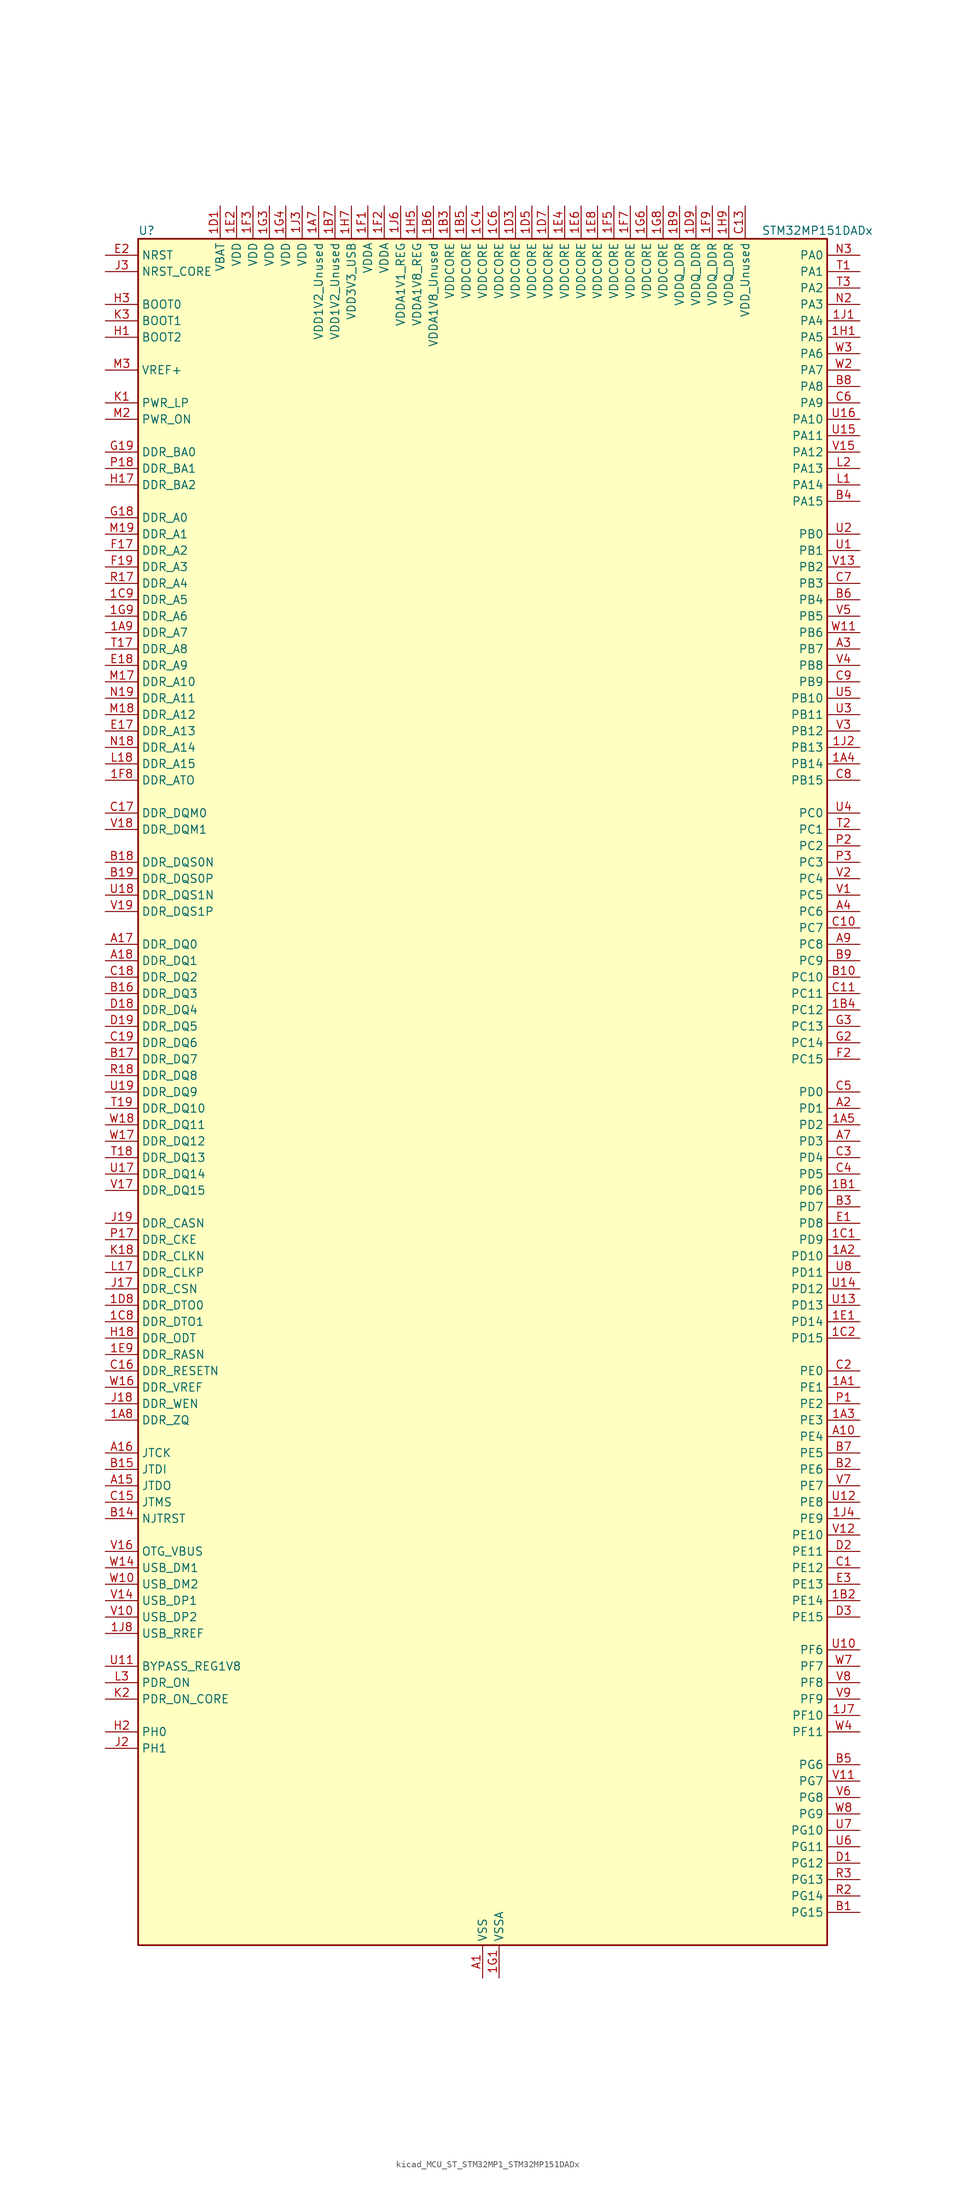
<source format=kicad_sym>
(kicad_symbol_lib
  (version 20220914)
  (generator kicad_symbol_editor)
  (symbol "kicad_MCU_ST_STM32MP1_STM32MP151DADx"
    (property "Reference" "U"
      (at -53.34 133.35 0)
      (effects (font (size 1.27 1.27)) (justify left)))
    (property "Value" "STM32MP151DADx"
      (at 43.18 133.35 0)
      (effects (font (size 1.27 1.27)) (justify left)))
    (property "ki_locked" ""
      (at 0 0 0)
      (effects (font (size 1.27 1.27))))
    (symbol "kicad_MCU_ST_STM32MP1_STM32MP151DADx_0_1"
      (rectangle (start -53.34 -132.08) (end 53.34 132.08) (stroke (width 0.254) (type default)) (fill (type background))))
    (symbol "kicad_MCU_ST_STM32MP1_STM32MP151DADx_1_1"
      (pin bidirectional line (at 58.42 -45.72 180) (length 5.08) (name "PE1" (effects (font (size 1.27 1.27)))) (number "1A1" (effects (font (size 1.27 1.27)))) (alternate "DCMI_D3" bidirectional line) (alternate "FMC_NBL1" bidirectional line) (alternate "I2S2_MCK" bidirectional line) (alternate "LPTIM1_IN2" bidirectional line) (alternate "SAI3_SD_B" bidirectional line) (alternate "UART8_TX" bidirectional line))
      (pin bidirectional line (at 58.42 -25.4 180) (length 5.08) (name "PD10" (effects (font (size 1.27 1.27)))) (number "1A2" (effects (font (size 1.27 1.27)))) (alternate "DFSDM1_CKOUT" bidirectional line) (alternate "FMC_D15" bidirectional line) (alternate "FMC_DA15" bidirectional line) (alternate "I2C5_SMBA" bidirectional line) (alternate "I2S3_SDI" bidirectional line) (alternate "LTDC_B3" bidirectional line) (alternate "RTC_REFIN" bidirectional line) (alternate "SAI3_FS_B" bidirectional line) (alternate "SPI3_MISO" bidirectional line) (alternate "TIM16_BKIN" bidirectional line) (alternate "USART3_CK" bidirectional line))
      (pin bidirectional line (at 58.42 -50.8 180) (length 5.08) (name "PE3" (effects (font (size 1.27 1.27)))) (number "1A3" (effects (font (size 1.27 1.27)))) (alternate "DEBUG_TRACED0" bidirectional line) (alternate "FMC_A19" bidirectional line) (alternate "SAI1_SD_B" bidirectional line) (alternate "SDMMC2_CK" bidirectional line) (alternate "TIM15_BKIN" bidirectional line))
      (pin bidirectional line (at 58.42 50.8 180) (length 5.08) (name "PB14" (effects (font (size 1.27 1.27)))) (number "1A4" (effects (font (size 1.27 1.27)))) (alternate "DFSDM1_DATIN2" bidirectional line) (alternate "I2S2_SDI" bidirectional line) (alternate "SDMMC2_D0" bidirectional line) (alternate "SPI2_MISO" bidirectional line) (alternate "TIM12_CH1" bidirectional line) (alternate "TIM1_CH2N" bidirectional line) (alternate "TIM8_CH2N" bidirectional line) (alternate "USART1_TX" bidirectional line) (alternate "USART3_DE" bidirectional line) (alternate "USART3_RTS" bidirectional line))
      (pin bidirectional line (at 58.42 -5.08 180) (length 5.08) (name "PD2" (effects (font (size 1.27 1.27)))) (number "1A5" (effects (font (size 1.27 1.27)))) (alternate "DCMI_D11" bidirectional line) (alternate "I2C5_SMBA" bidirectional line) (alternate "SDMMC1_CMD" bidirectional line) (alternate "TIM3_ETR" bidirectional line) (alternate "UART4_RX" bidirectional line) (alternate "UART5_RX" bidirectional line))
      (pin passive line (at 0 -137.16 90) (length 5.08) hide (name "VSS" (effects (font (size 1.27 1.27)))) (number "1A6" (effects (font (size 1.27 1.27)))))
      (pin power_in line (at -25.4 137.16 270) (length 5.08) (name "VDD1V2_Unused" (effects (font (size 1.27 1.27)))) (number "1A7" (effects (font (size 1.27 1.27)))))
      (pin bidirectional line (at -58.42 -50.8 0) (length 5.08) (name "DDR_ZQ" (effects (font (size 1.27 1.27)))) (number "1A8" (effects (font (size 1.27 1.27)))) (alternate "DDR_ZQ" bidirectional line))
      (pin bidirectional line (at -58.42 71.12 0) (length 5.08) (name "DDR_A7" (effects (font (size 1.27 1.27)))) (number "1A9" (effects (font (size 1.27 1.27)))) (alternate "DDR_A7" bidirectional line))
      (pin bidirectional line (at 58.42 -15.24 180) (length 5.08) (name "PD6" (effects (font (size 1.27 1.27)))) (number "1B1" (effects (font (size 1.27 1.27)))) (alternate "DCMI_D10" bidirectional line) (alternate "DFSDM1_CKIN4" bidirectional line) (alternate "DFSDM1_DATIN1" bidirectional line) (alternate "FMC_NWAIT" bidirectional line) (alternate "I2S3_SDO" bidirectional line) (alternate "LTDC_B2" bidirectional line) (alternate "SAI1_D1" bidirectional line) (alternate "SAI1_SD_A" bidirectional line) (alternate "SPI3_MOSI" bidirectional line) (alternate "TIM16_CH1N" bidirectional line) (alternate "USART2_RX" bidirectional line))
      (pin bidirectional line (at 58.42 -78.74 180) (length 5.08) (name "PE14" (effects (font (size 1.27 1.27)))) (number "1B2" (effects (font (size 1.27 1.27)))) (alternate "FMC_D11" bidirectional line) (alternate "FMC_DA11" bidirectional line) (alternate "LTDC_CLK" bidirectional line) (alternate "LTDC_G0" bidirectional line) (alternate "SAI2_MCLK_B" bidirectional line) (alternate "SDMMC1_D123DIR" bidirectional line) (alternate "SPI4_MOSI" bidirectional line) (alternate "TIM1_CH4" bidirectional line) (alternate "UART8_DE" bidirectional line) (alternate "UART8_RTS" bidirectional line))
      (pin power_in line (at -5.08 137.16 270) (length 5.08) (name "VDDCORE" (effects (font (size 1.27 1.27)))) (number "1B3" (effects (font (size 1.27 1.27)))))
      (pin bidirectional line (at 58.42 12.7 180) (length 5.08) (name "PC12" (effects (font (size 1.27 1.27)))) (number "1B4" (effects (font (size 1.27 1.27)))) (alternate "DCMI_D9" bidirectional line) (alternate "DEBUG_TRACECLK" bidirectional line) (alternate "I2S3_SDO" bidirectional line) (alternate "RCC_MCO_2" bidirectional line) (alternate "SAI4_D3" bidirectional line) (alternate "SAI4_SD_B" bidirectional line) (alternate "SDMMC1_CK" bidirectional line) (alternate "SPI3_MOSI" bidirectional line) (alternate "UART5_TX" bidirectional line) (alternate "USART3_CK" bidirectional line))
      (pin power_in line (at -2.54 137.16 270) (length 5.08) (name "VDDCORE" (effects (font (size 1.27 1.27)))) (number "1B5" (effects (font (size 1.27 1.27)))))
      (pin power_in line (at -7.62 137.16 270) (length 5.08) (name "VDDA1V8_Unused" (effects (font (size 1.27 1.27)))) (number "1B6" (effects (font (size 1.27 1.27)))))
      (pin power_in line (at -22.86 137.16 270) (length 5.08) (name "VDD1V2_Unused" (effects (font (size 1.27 1.27)))) (number "1B7" (effects (font (size 1.27 1.27)))))
      (pin passive line (at 0 -137.16 90) (length 5.08) hide (name "VSS" (effects (font (size 1.27 1.27)))) (number "1B8" (effects (font (size 1.27 1.27)))))
      (pin power_in line (at 30.48 137.16 270) (length 5.08) (name "VDDQ_DDR" (effects (font (size 1.27 1.27)))) (number "1B9" (effects (font (size 1.27 1.27)))))
      (pin bidirectional line (at 58.42 -22.86 180) (length 5.08) (name "PD9" (effects (font (size 1.27 1.27)))) (number "1C1" (effects (font (size 1.27 1.27)))) (alternate "DAC1_EXTI9" bidirectional line) (alternate "DCMI_HSYNC" bidirectional line) (alternate "DFSDM1_DATIN3" bidirectional line) (alternate "FMC_D14" bidirectional line) (alternate "FMC_DA14" bidirectional line) (alternate "LTDC_B0" bidirectional line) (alternate "SAI3_SD_B" bidirectional line) (alternate "USART3_RX" bidirectional line))
      (pin bidirectional line (at 58.42 -38.1 180) (length 5.08) (name "PD15" (effects (font (size 1.27 1.27)))) (number "1C2" (effects (font (size 1.27 1.27)))) (alternate "ADC1_EXTI15" bidirectional line) (alternate "ADC2_EXTI15" bidirectional line) (alternate "FMC_D1" bidirectional line) (alternate "FMC_DA1" bidirectional line) (alternate "LTDC_R1" bidirectional line) (alternate "SAI3_MCLK_A" bidirectional line) (alternate "TIM4_CH4" bidirectional line) (alternate "UART8_CTS" bidirectional line))
      (pin passive line (at 0 -137.16 90) (length 5.08) hide (name "VSS" (effects (font (size 1.27 1.27)))) (number "1C3" (effects (font (size 1.27 1.27)))))
      (pin power_in line (at 0 137.16 270) (length 5.08) (name "VDDCORE" (effects (font (size 1.27 1.27)))) (number "1C4" (effects (font (size 1.27 1.27)))))
      (pin passive line (at 0 -137.16 90) (length 5.08) hide (name "VSS" (effects (font (size 1.27 1.27)))) (number "1C5" (effects (font (size 1.27 1.27)))))
      (pin power_in line (at 2.54 137.16 270) (length 5.08) (name "VDDCORE" (effects (font (size 1.27 1.27)))) (number "1C6" (effects (font (size 1.27 1.27)))))
      (pin passive line (at 0 -137.16 90) (length 5.08) hide (name "VSS" (effects (font (size 1.27 1.27)))) (number "1C7" (effects (font (size 1.27 1.27)))))
      (pin bidirectional line (at -58.42 -35.56 0) (length 5.08) (name "DDR_DTO1" (effects (font (size 1.27 1.27)))) (number "1C8" (effects (font (size 1.27 1.27)))) (alternate "DDR_DTO1" bidirectional line))
      (pin bidirectional line (at -58.42 76.2 0) (length 5.08) (name "DDR_A5" (effects (font (size 1.27 1.27)))) (number "1C9" (effects (font (size 1.27 1.27)))) (alternate "DDR_A5" bidirectional line))
      (pin power_in line (at -40.64 137.16 270) (length 5.08) (name "VBAT" (effects (font (size 1.27 1.27)))) (number "1D1" (effects (font (size 1.27 1.27)))))
      (pin passive line (at 0 -137.16 90) (length 5.08) hide (name "VSS" (effects (font (size 1.27 1.27)))) (number "1D2" (effects (font (size 1.27 1.27)))))
      (pin power_in line (at 5.08 137.16 270) (length 5.08) (name "VDDCORE" (effects (font (size 1.27 1.27)))) (number "1D3" (effects (font (size 1.27 1.27)))))
      (pin passive line (at 0 -137.16 90) (length 5.08) hide (name "VSS" (effects (font (size 1.27 1.27)))) (number "1D4" (effects (font (size 1.27 1.27)))))
      (pin power_in line (at 7.62 137.16 270) (length 5.08) (name "VDDCORE" (effects (font (size 1.27 1.27)))) (number "1D5" (effects (font (size 1.27 1.27)))))
      (pin passive line (at 0 -137.16 90) (length 5.08) hide (name "VSS" (effects (font (size 1.27 1.27)))) (number "1D6" (effects (font (size 1.27 1.27)))))
      (pin power_in line (at 10.16 137.16 270) (length 5.08) (name "VDDCORE" (effects (font (size 1.27 1.27)))) (number "1D7" (effects (font (size 1.27 1.27)))))
      (pin bidirectional line (at -58.42 -33.02 0) (length 5.08) (name "DDR_DTO0" (effects (font (size 1.27 1.27)))) (number "1D8" (effects (font (size 1.27 1.27)))) (alternate "DDR_DTO0" bidirectional line))
      (pin power_in line (at 33.02 137.16 270) (length 5.08) (name "VDDQ_DDR" (effects (font (size 1.27 1.27)))) (number "1D9" (effects (font (size 1.27 1.27)))))
      (pin bidirectional line (at 58.42 -35.56 180) (length 5.08) (name "PD14" (effects (font (size 1.27 1.27)))) (number "1E1" (effects (font (size 1.27 1.27)))) (alternate "FMC_D0" bidirectional line) (alternate "FMC_DA0" bidirectional line) (alternate "SAI3_MCLK_B" bidirectional line) (alternate "TIM4_CH3" bidirectional line) (alternate "UART8_CTS" bidirectional line))
      (pin power_in line (at -38.1 137.16 270) (length 5.08) (name "VDD" (effects (font (size 1.27 1.27)))) (number "1E2" (effects (font (size 1.27 1.27)))))
      (pin passive line (at 0 -137.16 90) (length 5.08) hide (name "VSS" (effects (font (size 1.27 1.27)))) (number "1E3" (effects (font (size 1.27 1.27)))))
      (pin power_in line (at 12.7 137.16 270) (length 5.08) (name "VDDCORE" (effects (font (size 1.27 1.27)))) (number "1E4" (effects (font (size 1.27 1.27)))))
      (pin passive line (at 0 -137.16 90) (length 5.08) hide (name "VSS" (effects (font (size 1.27 1.27)))) (number "1E5" (effects (font (size 1.27 1.27)))))
      (pin power_in line (at 15.24 137.16 270) (length 5.08) (name "VDDCORE" (effects (font (size 1.27 1.27)))) (number "1E6" (effects (font (size 1.27 1.27)))))
      (pin passive line (at 0 -137.16 90) (length 5.08) hide (name "VSS" (effects (font (size 1.27 1.27)))) (number "1E7" (effects (font (size 1.27 1.27)))))
      (pin power_in line (at 17.78 137.16 270) (length 5.08) (name "VDDCORE" (effects (font (size 1.27 1.27)))) (number "1E8" (effects (font (size 1.27 1.27)))))
      (pin bidirectional line (at -58.42 -40.64 0) (length 5.08) (name "DDR_RASN" (effects (font (size 1.27 1.27)))) (number "1E9" (effects (font (size 1.27 1.27)))) (alternate "DDR_RASN" bidirectional line))
      (pin power_in line (at -17.78 137.16 270) (length 5.08) (name "VDDA" (effects (font (size 1.27 1.27)))) (number "1F1" (effects (font (size 1.27 1.27)))))
      (pin power_in line (at -15.24 137.16 270) (length 5.08) (name "VDDA" (effects (font (size 1.27 1.27)))) (number "1F2" (effects (font (size 1.27 1.27)))))
      (pin power_in line (at -35.56 137.16 270) (length 5.08) (name "VDD" (effects (font (size 1.27 1.27)))) (number "1F3" (effects (font (size 1.27 1.27)))))
      (pin passive line (at 0 -137.16 90) (length 5.08) hide (name "VSS" (effects (font (size 1.27 1.27)))) (number "1F4" (effects (font (size 1.27 1.27)))))
      (pin power_in line (at 20.32 137.16 270) (length 5.08) (name "VDDCORE" (effects (font (size 1.27 1.27)))) (number "1F5" (effects (font (size 1.27 1.27)))))
      (pin passive line (at 0 -137.16 90) (length 5.08) hide (name "VSS" (effects (font (size 1.27 1.27)))) (number "1F6" (effects (font (size 1.27 1.27)))))
      (pin power_in line (at 22.86 137.16 270) (length 5.08) (name "VDDCORE" (effects (font (size 1.27 1.27)))) (number "1F7" (effects (font (size 1.27 1.27)))))
      (pin bidirectional line (at -58.42 48.26 0) (length 5.08) (name "DDR_ATO" (effects (font (size 1.27 1.27)))) (number "1F8" (effects (font (size 1.27 1.27)))) (alternate "DDR_ATO" bidirectional line))
      (pin power_in line (at 35.56 137.16 270) (length 5.08) (name "VDDQ_DDR" (effects (font (size 1.27 1.27)))) (number "1F9" (effects (font (size 1.27 1.27)))))
      (pin power_in line (at 2.54 -137.16 90) (length 5.08) (name "VSSA" (effects (font (size 1.27 1.27)))) (number "1G1" (effects (font (size 1.27 1.27)))))
      (pin passive line (at 0 -137.16 90) (length 5.08) hide (name "VSS" (effects (font (size 1.27 1.27)))) (number "1G2" (effects (font (size 1.27 1.27)))))
      (pin power_in line (at -33.02 137.16 270) (length 5.08) (name "VDD" (effects (font (size 1.27 1.27)))) (number "1G3" (effects (font (size 1.27 1.27)))))
      (pin power_in line (at -30.48 137.16 270) (length 5.08) (name "VDD" (effects (font (size 1.27 1.27)))) (number "1G4" (effects (font (size 1.27 1.27)))))
      (pin passive line (at 0 -137.16 90) (length 5.08) hide (name "VSS" (effects (font (size 1.27 1.27)))) (number "1G5" (effects (font (size 1.27 1.27)))))
      (pin power_in line (at 25.4 137.16 270) (length 5.08) (name "VDDCORE" (effects (font (size 1.27 1.27)))) (number "1G6" (effects (font (size 1.27 1.27)))))
      (pin passive line (at 0 -137.16 90) (length 5.08) hide (name "VSS" (effects (font (size 1.27 1.27)))) (number "1G7" (effects (font (size 1.27 1.27)))))
      (pin power_in line (at 27.94 137.16 270) (length 5.08) (name "VDDCORE" (effects (font (size 1.27 1.27)))) (number "1G8" (effects (font (size 1.27 1.27)))))
      (pin bidirectional line (at -58.42 73.66 0) (length 5.08) (name "DDR_A6" (effects (font (size 1.27 1.27)))) (number "1G9" (effects (font (size 1.27 1.27)))) (alternate "DDR_A6" bidirectional line))
      (pin bidirectional line (at 58.42 116.84 180) (length 5.08) (name "PA5" (effects (font (size 1.27 1.27)))) (number "1H1" (effects (font (size 1.27 1.27)))) (alternate "ADC1_INN18" bidirectional line) (alternate "ADC1_INP19" bidirectional line) (alternate "ADC2_INN18" bidirectional line) (alternate "ADC2_INP19" bidirectional line) (alternate "DAC1_OUT2" bidirectional line) (alternate "I2S1_CK" bidirectional line) (alternate "LTDC_R4" bidirectional line) (alternate "SAI4_CK1" bidirectional line) (alternate "SAI4_MCLK_A" bidirectional line) (alternate "SPI1_SCK" bidirectional line) (alternate "SPI6_SCK" bidirectional line) (alternate "TIM2_CH1" bidirectional line) (alternate "TIM2_ETR" bidirectional line) (alternate "TIM8_CH1N" bidirectional line))
      (pin passive line (at 0 -137.16 90) (length 5.08) hide (name "VSS" (effects (font (size 1.27 1.27)))) (number "1H2" (effects (font (size 1.27 1.27)))))
      (pin passive line (at 0 -137.16 90) (length 5.08) hide (name "VSS" (effects (font (size 1.27 1.27)))) (number "1H3" (effects (font (size 1.27 1.27)))))
      (pin passive line (at 0 -137.16 90) (length 5.08) hide (name "VSS" (effects (font (size 1.27 1.27)))) (number "1H4" (effects (font (size 1.27 1.27)))))
      (pin power_in line (at -10.16 137.16 270) (length 5.08) (name "VDDA1V8_REG" (effects (font (size 1.27 1.27)))) (number "1H5" (effects (font (size 1.27 1.27)))))
      (pin passive line (at 0 -137.16 90) (length 5.08) hide (name "VSS" (effects (font (size 1.27 1.27)))) (number "1H6" (effects (font (size 1.27 1.27)))))
      (pin power_in line (at -20.32 137.16 270) (length 5.08) (name "VDD3V3_USB" (effects (font (size 1.27 1.27)))) (number "1H7" (effects (font (size 1.27 1.27)))))
      (pin passive line (at 0 -137.16 90) (length 5.08) hide (name "VSS" (effects (font (size 1.27 1.27)))) (number "1H8" (effects (font (size 1.27 1.27)))))
      (pin power_in line (at 38.1 137.16 270) (length 5.08) (name "VDDQ_DDR" (effects (font (size 1.27 1.27)))) (number "1H9" (effects (font (size 1.27 1.27)))))
      (pin bidirectional line (at 58.42 119.38 180) (length 5.08) (name "PA4" (effects (font (size 1.27 1.27)))) (number "1J1" (effects (font (size 1.27 1.27)))) (alternate "ADC1_INP18" bidirectional line) (alternate "ADC2_INP18" bidirectional line) (alternate "DAC1_OUT1" bidirectional line) (alternate "DCMI_HSYNC" bidirectional line) (alternate "HDP_HDP0" bidirectional line) (alternate "I2S1_WS" bidirectional line) (alternate "I2S3_WS" bidirectional line) (alternate "LTDC_VSYNC" bidirectional line) (alternate "SAI4_D2" bidirectional line) (alternate "SAI4_FS_A" bidirectional line) (alternate "SPI1_NSS" bidirectional line) (alternate "SPI3_NSS" bidirectional line) (alternate "SPI6_NSS" bidirectional line) (alternate "TIM5_ETR" bidirectional line) (alternate "USART2_CK" bidirectional line))
      (pin bidirectional line (at 58.42 53.34 180) (length 5.08) (name "PB13" (effects (font (size 1.27 1.27)))) (number "1J2" (effects (font (size 1.27 1.27)))) (alternate "DFSDM1_CKIN1" bidirectional line) (alternate "DFSDM1_CKOUT" bidirectional line) (alternate "ETH1_TXD1" bidirectional line) (alternate "I2S2_CK" bidirectional line) (alternate "LPTIM2_OUT" bidirectional line) (alternate "SPI2_SCK" bidirectional line) (alternate "TIM1_CH1N" bidirectional line) (alternate "UART5_TX" bidirectional line) (alternate "USART3_CTS" bidirectional line) (alternate "USART3_NSS" bidirectional line))
      (pin power_in line (at -27.94 137.16 270) (length 5.08) (name "VDD" (effects (font (size 1.27 1.27)))) (number "1J3" (effects (font (size 1.27 1.27)))))
      (pin bidirectional line (at 58.42 -66.04 180) (length 5.08) (name "PE9" (effects (font (size 1.27 1.27)))) (number "1J4" (effects (font (size 1.27 1.27)))) (alternate "DAC1_EXTI9" bidirectional line) (alternate "DFSDM1_CKOUT" bidirectional line) (alternate "FMC_D6" bidirectional line) (alternate "FMC_DA6" bidirectional line) (alternate "QUADSPI_BK2_IO2" bidirectional line) (alternate "TIM1_CH1" bidirectional line) (alternate "UART7_DE" bidirectional line) (alternate "UART7_RTS" bidirectional line))
      (pin passive line (at 0 -137.16 90) (length 5.08) hide (name "VSS" (effects (font (size 1.27 1.27)))) (number "1J5" (effects (font (size 1.27 1.27)))))
      (pin power_in line (at -12.7 137.16 270) (length 5.08) (name "VDDA1V1_REG" (effects (font (size 1.27 1.27)))) (number "1J6" (effects (font (size 1.27 1.27)))))
      (pin bidirectional line (at 58.42 -96.52 180) (length 5.08) (name "PF10" (effects (font (size 1.27 1.27)))) (number "1J7" (effects (font (size 1.27 1.27)))) (alternate "DCMI_D11" bidirectional line) (alternate "LTDC_DE" bidirectional line) (alternate "QUADSPI_CLK" bidirectional line) (alternate "SAI1_D3" bidirectional line) (alternate "SAI1_D4" bidirectional line) (alternate "SAI4_D3" bidirectional line) (alternate "SAI4_D4" bidirectional line) (alternate "TIM16_BKIN" bidirectional line))
      (pin bidirectional line (at -58.42 -83.82 0) (length 5.08) (name "USB_RREF" (effects (font (size 1.27 1.27)))) (number "1J8" (effects (font (size 1.27 1.27)))))
      (pin passive line (at 0 -137.16 90) (length 5.08) hide (name "VSS" (effects (font (size 1.27 1.27)))) (number "1J9" (effects (font (size 1.27 1.27)))))
      (pin power_in line (at 0 -137.16 90) (length 5.08) (name "VSS" (effects (font (size 1.27 1.27)))) (number "A1" (effects (font (size 1.27 1.27)))))
      (pin bidirectional line (at 58.42 -53.34 180) (length 5.08) (name "PE4" (effects (font (size 1.27 1.27)))) (number "A10" (effects (font (size 1.27 1.27)))) (alternate "DCMI_D4" bidirectional line) (alternate "DEBUG_TRACED1" bidirectional line) (alternate "DFSDM1_DATIN3" bidirectional line) (alternate "FMC_A20" bidirectional line) (alternate "LTDC_B0" bidirectional line) (alternate "SAI1_D2" bidirectional line) (alternate "SAI1_FS_A" bidirectional line) (alternate "SDMMC1_CKIN" bidirectional line) (alternate "SDMMC1_D4" bidirectional line) (alternate "SDMMC2_CKIN" bidirectional line) (alternate "SDMMC2_D4" bidirectional line) (alternate "SPI4_NSS" bidirectional line) (alternate "TIM15_CH1N" bidirectional line))
      (pin no_connect line (at -53.34 -132.08 0) (length 5.08) hide (name "DNU" (effects (font (size 1.27 1.27)))) (number "A12" (effects (font (size 1.27 1.27)))))
      (pin no_connect line (at -53.34 -129.54 0) (length 5.08) hide (name "DNU" (effects (font (size 1.27 1.27)))) (number "A13" (effects (font (size 1.27 1.27)))))
      (pin bidirectional line (at -58.42 -60.96 0) (length 5.08) (name "JTDO" (effects (font (size 1.27 1.27)))) (number "A15" (effects (font (size 1.27 1.27)))) (alternate "DEBUG_JTDO-SWO" bidirectional line))
      (pin bidirectional line (at -58.42 -55.88 0) (length 5.08) (name "JTCK" (effects (font (size 1.27 1.27)))) (number "A16" (effects (font (size 1.27 1.27)))) (alternate "DEBUG_JTCK-SWCLK" bidirectional line))
      (pin bidirectional line (at -58.42 22.86 0) (length 5.08) (name "DDR_DQ0" (effects (font (size 1.27 1.27)))) (number "A17" (effects (font (size 1.27 1.27)))) (alternate "DDR_DQ0" bidirectional line))
      (pin bidirectional line (at -58.42 20.32 0) (length 5.08) (name "DDR_DQ1" (effects (font (size 1.27 1.27)))) (number "A18" (effects (font (size 1.27 1.27)))) (alternate "DDR_DQ1" bidirectional line))
      (pin passive line (at 0 -137.16 90) (length 5.08) hide (name "VSS" (effects (font (size 1.27 1.27)))) (number "A19" (effects (font (size 1.27 1.27)))))
      (pin bidirectional line (at 58.42 -2.54 180) (length 5.08) (name "PD1" (effects (font (size 1.27 1.27)))) (number "A2" (effects (font (size 1.27 1.27)))) (alternate "DFSDM1_CKIN7" bidirectional line) (alternate "DFSDM1_DATIN6" bidirectional line) (alternate "FMC_D3" bidirectional line) (alternate "FMC_DA3" bidirectional line) (alternate "I2C5_SCL" bidirectional line) (alternate "I2C6_SCL" bidirectional line) (alternate "SAI3_SD_A" bidirectional line) (alternate "SDMMC3_D0" bidirectional line) (alternate "UART4_TX" bidirectional line))
      (pin bidirectional line (at 58.42 68.58 180) (length 5.08) (name "PB7" (effects (font (size 1.27 1.27)))) (number "A3" (effects (font (size 1.27 1.27)))) (alternate "DCMI_VSYNC" bidirectional line) (alternate "DFSDM1_CKIN5" bidirectional line) (alternate "FMC_NL" bidirectional line) (alternate "I2C1_SDA" bidirectional line) (alternate "I2C4_SDA" bidirectional line) (alternate "SDMMC2_D1" bidirectional line) (alternate "TIM17_CH1N" bidirectional line) (alternate "TIM4_CH2" bidirectional line) (alternate "USART1_RX" bidirectional line))
      (pin bidirectional line (at 58.42 27.94 180) (length 5.08) (name "PC6" (effects (font (size 1.27 1.27)))) (number "A4" (effects (font (size 1.27 1.27)))) (alternate "DCMI_D0" bidirectional line) (alternate "DFSDM1_CKIN3" bidirectional line) (alternate "HDP_HDP1" bidirectional line) (alternate "I2S2_MCK" bidirectional line) (alternate "LTDC_HSYNC" bidirectional line) (alternate "SDMMC1_D0DIR" bidirectional line) (alternate "SDMMC1_D6" bidirectional line) (alternate "SDMMC2_D0DIR" bidirectional line) (alternate "SDMMC2_D6" bidirectional line) (alternate "TIM3_CH1" bidirectional line) (alternate "TIM8_CH1" bidirectional line) (alternate "USART6_TX" bidirectional line))
      (pin passive line (at 0 -137.16 90) (length 5.08) hide (name "VSS" (effects (font (size 1.27 1.27)))) (number "A6" (effects (font (size 1.27 1.27)))))
      (pin bidirectional line (at 58.42 -7.62 180) (length 5.08) (name "PD3" (effects (font (size 1.27 1.27)))) (number "A7" (effects (font (size 1.27 1.27)))) (alternate "DCMI_D5" bidirectional line) (alternate "DFSDM1_CKOUT" bidirectional line) (alternate "DFSDM1_DATIN0" bidirectional line) (alternate "FMC_CLK" bidirectional line) (alternate "HDP_HDP5" bidirectional line) (alternate "I2S2_CK" bidirectional line) (alternate "LTDC_G7" bidirectional line) (alternate "SDMMC1_D123DIR" bidirectional line) (alternate "SDMMC1_D7" bidirectional line) (alternate "SDMMC2_D123DIR" bidirectional line) (alternate "SDMMC2_D7" bidirectional line) (alternate "SPI2_SCK" bidirectional line) (alternate "USART2_CTS" bidirectional line) (alternate "USART2_NSS" bidirectional line))
      (pin bidirectional line (at 58.42 22.86 180) (length 5.08) (name "PC8" (effects (font (size 1.27 1.27)))) (number "A9" (effects (font (size 1.27 1.27)))) (alternate "DCMI_D2" bidirectional line) (alternate "DEBUG_TRACED0" bidirectional line) (alternate "SDMMC1_D0" bidirectional line) (alternate "TIM3_CH3" bidirectional line) (alternate "TIM8_CH3" bidirectional line) (alternate "UART4_TX" bidirectional line) (alternate "UART5_DE" bidirectional line) (alternate "UART5_RTS" bidirectional line) (alternate "USART6_CK" bidirectional line))
      (pin bidirectional line (at 58.42 -127 180) (length 5.08) (name "PG15" (effects (font (size 1.27 1.27)))) (number "B1" (effects (font (size 1.27 1.27)))) (alternate "ADC1_EXTI15" bidirectional line) (alternate "ADC2_EXTI15" bidirectional line) (alternate "DCMI_D13" bidirectional line) (alternate "DEBUG_TRACED7" bidirectional line) (alternate "I2C2_SDA" bidirectional line) (alternate "SAI1_D2" bidirectional line) (alternate "SAI1_FS_A" bidirectional line) (alternate "SDMMC3_CK" bidirectional line) (alternate "USART6_CTS" bidirectional line) (alternate "USART6_NSS" bidirectional line))
      (pin bidirectional line (at 58.42 17.78 180) (length 5.08) (name "PC10" (effects (font (size 1.27 1.27)))) (number "B10" (effects (font (size 1.27 1.27)))) (alternate "DCMI_D8" bidirectional line) (alternate "DEBUG_TRACED2" bidirectional line) (alternate "DFSDM1_CKIN5" bidirectional line) (alternate "I2S3_CK" bidirectional line) (alternate "LTDC_R2" bidirectional line) (alternate "QUADSPI_BK1_IO1" bidirectional line) (alternate "SAI4_MCLK_B" bidirectional line) (alternate "SDMMC1_D2" bidirectional line) (alternate "SPI3_SCK" bidirectional line) (alternate "UART4_TX" bidirectional line) (alternate "USART3_TX" bidirectional line))
      (pin no_connect line (at -53.34 -127 0) (length 5.08) hide (name "DNU" (effects (font (size 1.27 1.27)))) (number "B11" (effects (font (size 1.27 1.27)))))
      (pin no_connect line (at -53.34 -124.46 0) (length 5.08) hide (name "DNU" (effects (font (size 1.27 1.27)))) (number "B12" (effects (font (size 1.27 1.27)))))
      (pin no_connect line (at -53.34 -121.92 0) (length 5.08) hide (name "DNU" (effects (font (size 1.27 1.27)))) (number "B13" (effects (font (size 1.27 1.27)))))
      (pin bidirectional line (at -58.42 -66.04 0) (length 5.08) (name "NJTRST" (effects (font (size 1.27 1.27)))) (number "B14" (effects (font (size 1.27 1.27)))) (alternate "DEBUG_JTRST" bidirectional line))
      (pin bidirectional line (at -58.42 -58.42 0) (length 5.08) (name "JTDI" (effects (font (size 1.27 1.27)))) (number "B15" (effects (font (size 1.27 1.27)))) (alternate "DEBUG_JTDI" bidirectional line))
      (pin bidirectional line (at -58.42 15.24 0) (length 5.08) (name "DDR_DQ3" (effects (font (size 1.27 1.27)))) (number "B16" (effects (font (size 1.27 1.27)))) (alternate "DDR_DQ3" bidirectional line))
      (pin bidirectional line (at -58.42 5.08 0) (length 5.08) (name "DDR_DQ7" (effects (font (size 1.27 1.27)))) (number "B17" (effects (font (size 1.27 1.27)))) (alternate "DDR_DQ7" bidirectional line))
      (pin bidirectional line (at -58.42 35.56 0) (length 5.08) (name "DDR_DQS0N" (effects (font (size 1.27 1.27)))) (number "B18" (effects (font (size 1.27 1.27)))) (alternate "DDR_DQS0N" bidirectional line))
      (pin bidirectional line (at -58.42 33.02 0) (length 5.08) (name "DDR_DQS0P" (effects (font (size 1.27 1.27)))) (number "B19" (effects (font (size 1.27 1.27)))) (alternate "DDR_DQS0P" bidirectional line))
      (pin bidirectional line (at 58.42 -58.42 180) (length 5.08) (name "PE6" (effects (font (size 1.27 1.27)))) (number "B2" (effects (font (size 1.27 1.27)))) (alternate "DCMI_D7" bidirectional line) (alternate "DEBUG_TRACED2" bidirectional line) (alternate "FMC_A22" bidirectional line) (alternate "LTDC_G1" bidirectional line) (alternate "SAI1_D1" bidirectional line) (alternate "SAI1_SD_A" bidirectional line) (alternate "SAI2_MCLK_B" bidirectional line) (alternate "SDMMC1_D2" bidirectional line) (alternate "SDMMC2_D0" bidirectional line) (alternate "SPI4_MOSI" bidirectional line) (alternate "TIM15_CH2" bidirectional line) (alternate "TIM1_BKIN2" bidirectional line))
      (pin bidirectional line (at 58.42 -17.78 180) (length 5.08) (name "PD7" (effects (font (size 1.27 1.27)))) (number "B3" (effects (font (size 1.27 1.27)))) (alternate "DEBUG_TRACED6" bidirectional line) (alternate "DFSDM1_CKIN1" bidirectional line) (alternate "DFSDM1_DATIN4" bidirectional line) (alternate "FMC_NE1" bidirectional line) (alternate "I2C2_SCL" bidirectional line) (alternate "SDMMC3_D3" bidirectional line) (alternate "SPDIFRX_IN0" bidirectional line) (alternate "USART2_CK" bidirectional line))
      (pin bidirectional line (at 58.42 91.44 180) (length 5.08) (name "PA15" (effects (font (size 1.27 1.27)))) (number "B4" (effects (font (size 1.27 1.27)))) (alternate "ADC1_EXTI15" bidirectional line) (alternate "ADC2_EXTI15" bidirectional line) (alternate "CEC" bidirectional line) (alternate "DEBUG_DBTRGI" bidirectional line) (alternate "I2S1_WS" bidirectional line) (alternate "I2S3_WS" bidirectional line) (alternate "LTDC_R1" bidirectional line) (alternate "SAI4_D2" bidirectional line) (alternate "SAI4_FS_A" bidirectional line) (alternate "SDMMC1_CDIR" bidirectional line) (alternate "SDMMC1_D5" bidirectional line) (alternate "SDMMC2_CDIR" bidirectional line) (alternate "SDMMC2_D5" bidirectional line) (alternate "SPI1_NSS" bidirectional line) (alternate "SPI3_NSS" bidirectional line) (alternate "SPI6_NSS" bidirectional line) (alternate "TIM2_CH1" bidirectional line) (alternate "TIM2_ETR" bidirectional line) (alternate "UART4_DE" bidirectional line) (alternate "UART4_RTS" bidirectional line) (alternate "UART7_TX" bidirectional line))
      (pin bidirectional line (at 58.42 -104.14 180) (length 5.08) (name "PG6" (effects (font (size 1.27 1.27)))) (number "B5" (effects (font (size 1.27 1.27)))) (alternate "DCMI_D12" bidirectional line) (alternate "DEBUG_TRACED14" bidirectional line) (alternate "LTDC_R7" bidirectional line) (alternate "SDMMC2_CMD" bidirectional line) (alternate "TIM17_BKIN" bidirectional line))
      (pin bidirectional line (at 58.42 76.2 180) (length 5.08) (name "PB4" (effects (font (size 1.27 1.27)))) (number "B6" (effects (font (size 1.27 1.27)))) (alternate "DEBUG_TRACED8" bidirectional line) (alternate "I2S1_SDI" bidirectional line) (alternate "I2S2_WS" bidirectional line) (alternate "I2S3_SDI" bidirectional line) (alternate "SAI4_CK2" bidirectional line) (alternate "SAI4_SCK_A" bidirectional line) (alternate "SDMMC2_D3" bidirectional line) (alternate "SPI1_MISO" bidirectional line) (alternate "SPI2_NSS" bidirectional line) (alternate "SPI3_MISO" bidirectional line) (alternate "SPI6_MISO" bidirectional line) (alternate "TIM16_BKIN" bidirectional line) (alternate "TIM3_CH1" bidirectional line) (alternate "UART7_TX" bidirectional line))
      (pin bidirectional line (at 58.42 -55.88 180) (length 5.08) (name "PE5" (effects (font (size 1.27 1.27)))) (number "B7" (effects (font (size 1.27 1.27)))) (alternate "DCMI_D6" bidirectional line) (alternate "DEBUG_TRACED3" bidirectional line) (alternate "DFSDM1_CKIN3" bidirectional line) (alternate "FMC_A21" bidirectional line) (alternate "LTDC_G0" bidirectional line) (alternate "SAI1_CK2" bidirectional line) (alternate "SAI1_SCK_A" bidirectional line) (alternate "SDMMC1_D0DIR" bidirectional line) (alternate "SDMMC1_D6" bidirectional line) (alternate "SDMMC2_D0DIR" bidirectional line) (alternate "SDMMC2_D6" bidirectional line) (alternate "SPI4_MISO" bidirectional line) (alternate "TIM15_CH1" bidirectional line))
      (pin bidirectional line (at 58.42 109.22 180) (length 5.08) (name "PA8" (effects (font (size 1.27 1.27)))) (number "B8" (effects (font (size 1.27 1.27)))) (alternate "I2C3_SCL" bidirectional line) (alternate "I2S3_SDO" bidirectional line) (alternate "LTDC_R6" bidirectional line) (alternate "RCC_MCO_1" bidirectional line) (alternate "SAI4_SD_B" bidirectional line) (alternate "SDMMC2_CKIN" bidirectional line) (alternate "SDMMC2_D4" bidirectional line) (alternate "SPI3_MOSI" bidirectional line) (alternate "TIM1_CH1" bidirectional line) (alternate "TIM8_BKIN2" bidirectional line) (alternate "UART7_RX" bidirectional line) (alternate "USART1_CK" bidirectional line) (alternate "USB_OTG_HS_SOF" bidirectional line))
      (pin bidirectional line (at 58.42 20.32 180) (length 5.08) (name "PC9" (effects (font (size 1.27 1.27)))) (number "B9" (effects (font (size 1.27 1.27)))) (alternate "DAC1_EXTI9" bidirectional line) (alternate "DCMI_D3" bidirectional line) (alternate "DEBUG_TRACED1" bidirectional line) (alternate "I2C3_SDA" bidirectional line) (alternate "I2S_CKIN" bidirectional line) (alternate "LTDC_B2" bidirectional line) (alternate "QUADSPI_BK1_IO0" bidirectional line) (alternate "SDMMC1_D1" bidirectional line) (alternate "TIM3_CH4" bidirectional line) (alternate "TIM8_CH4" bidirectional line) (alternate "UART5_CTS" bidirectional line))
      (pin bidirectional line (at 58.42 -73.66 180) (length 5.08) (name "PE12" (effects (font (size 1.27 1.27)))) (number "C1" (effects (font (size 1.27 1.27)))) (alternate "DFSDM1_DATIN5" bidirectional line) (alternate "FMC_D9" bidirectional line) (alternate "FMC_DA9" bidirectional line) (alternate "LTDC_B4" bidirectional line) (alternate "SAI2_SCK_B" bidirectional line) (alternate "SDMMC1_D0DIR" bidirectional line) (alternate "SPI4_SCK" bidirectional line) (alternate "TIM1_CH3N" bidirectional line))
      (pin bidirectional line (at 58.42 25.4 180) (length 5.08) (name "PC7" (effects (font (size 1.27 1.27)))) (number "C10" (effects (font (size 1.27 1.27)))) (alternate "DCMI_D1" bidirectional line) (alternate "DFSDM1_DATIN3" bidirectional line) (alternate "HDP_HDP4" bidirectional line) (alternate "I2S3_MCK" bidirectional line) (alternate "LTDC_G6" bidirectional line) (alternate "SDMMC1_D123DIR" bidirectional line) (alternate "SDMMC1_D7" bidirectional line) (alternate "SDMMC2_D123DIR" bidirectional line) (alternate "SDMMC2_D7" bidirectional line) (alternate "TIM3_CH2" bidirectional line) (alternate "TIM8_CH2" bidirectional line) (alternate "USART6_RX" bidirectional line))
      (pin bidirectional line (at 58.42 15.24 180) (length 5.08) (name "PC11" (effects (font (size 1.27 1.27)))) (number "C11" (effects (font (size 1.27 1.27)))) (alternate "ADC1_EXTI11" bidirectional line) (alternate "ADC2_EXTI11" bidirectional line) (alternate "DCMI_D4" bidirectional line) (alternate "DEBUG_TRACED3" bidirectional line) (alternate "DFSDM1_DATIN5" bidirectional line) (alternate "I2S3_SDI" bidirectional line) (alternate "QUADSPI_BK2_NCS" bidirectional line) (alternate "SAI4_SCK_B" bidirectional line) (alternate "SDMMC1_D3" bidirectional line) (alternate "SPI3_MISO" bidirectional line) (alternate "UART4_RX" bidirectional line) (alternate "USART3_RX" bidirectional line))
      (pin no_connect line (at -53.34 -119.38 0) (length 5.08) hide (name "DNU" (effects (font (size 1.27 1.27)))) (number "C12" (effects (font (size 1.27 1.27)))))
      (pin power_in line (at 40.64 137.16 270) (length 5.08) (name "VDD_Unused" (effects (font (size 1.27 1.27)))) (number "C13" (effects (font (size 1.27 1.27)))))
      (pin passive line (at 0 -137.16 90) (length 5.08) hide (name "VSS" (effects (font (size 1.27 1.27)))) (number "C14" (effects (font (size 1.27 1.27)))))
      (pin bidirectional line (at -58.42 -63.5 0) (length 5.08) (name "JTMS" (effects (font (size 1.27 1.27)))) (number "C15" (effects (font (size 1.27 1.27)))) (alternate "DEBUG_JTMS-SWDIO" bidirectional line))
      (pin bidirectional line (at -58.42 -43.18 0) (length 5.08) (name "DDR_RESETN" (effects (font (size 1.27 1.27)))) (number "C16" (effects (font (size 1.27 1.27)))) (alternate "DDR_RESETN" bidirectional line))
      (pin bidirectional line (at -58.42 43.18 0) (length 5.08) (name "DDR_DQM0" (effects (font (size 1.27 1.27)))) (number "C17" (effects (font (size 1.27 1.27)))) (alternate "DDR_DQM0" bidirectional line))
      (pin bidirectional line (at -58.42 17.78 0) (length 5.08) (name "DDR_DQ2" (effects (font (size 1.27 1.27)))) (number "C18" (effects (font (size 1.27 1.27)))) (alternate "DDR_DQ2" bidirectional line))
      (pin bidirectional line (at -58.42 7.62 0) (length 5.08) (name "DDR_DQ6" (effects (font (size 1.27 1.27)))) (number "C19" (effects (font (size 1.27 1.27)))) (alternate "DDR_DQ6" bidirectional line))
      (pin bidirectional line (at 58.42 -43.18 180) (length 5.08) (name "PE0" (effects (font (size 1.27 1.27)))) (number "C2" (effects (font (size 1.27 1.27)))) (alternate "DCMI_D2" bidirectional line) (alternate "FMC_NBL0" bidirectional line) (alternate "I2S3_CK" bidirectional line) (alternate "LPTIM1_ETR" bidirectional line) (alternate "LPTIM2_ETR" bidirectional line) (alternate "SAI2_MCLK_A" bidirectional line) (alternate "SAI4_MCLK_B" bidirectional line) (alternate "SPI3_SCK" bidirectional line) (alternate "TIM4_ETR" bidirectional line) (alternate "UART8_RX" bidirectional line))
      (pin bidirectional line (at 58.42 -10.16 180) (length 5.08) (name "PD4" (effects (font (size 1.27 1.27)))) (number "C3" (effects (font (size 1.27 1.27)))) (alternate "DFSDM1_CKIN0" bidirectional line) (alternate "FMC_NOE" bidirectional line) (alternate "SAI3_FS_A" bidirectional line) (alternate "SDMMC3_D1" bidirectional line) (alternate "USART2_DE" bidirectional line) (alternate "USART2_RTS" bidirectional line))
      (pin bidirectional line (at 58.42 -12.7 180) (length 5.08) (name "PD5" (effects (font (size 1.27 1.27)))) (number "C4" (effects (font (size 1.27 1.27)))) (alternate "FMC_NWE" bidirectional line) (alternate "SDMMC3_D2" bidirectional line) (alternate "USART2_TX" bidirectional line))
      (pin bidirectional line (at 58.42 0 180) (length 5.08) (name "PD0" (effects (font (size 1.27 1.27)))) (number "C5" (effects (font (size 1.27 1.27)))) (alternate "DFSDM1_CKIN6" bidirectional line) (alternate "DFSDM1_DATIN7" bidirectional line) (alternate "FMC_D2" bidirectional line) (alternate "FMC_DA2" bidirectional line) (alternate "I2C5_SDA" bidirectional line) (alternate "I2C6_SDA" bidirectional line) (alternate "SAI3_SCK_A" bidirectional line) (alternate "SDMMC3_CMD" bidirectional line) (alternate "UART4_RX" bidirectional line))
      (pin bidirectional line (at 58.42 106.68 180) (length 5.08) (name "PA9" (effects (font (size 1.27 1.27)))) (number "C6" (effects (font (size 1.27 1.27)))) (alternate "DAC1_EXTI9" bidirectional line) (alternate "DCMI_D0" bidirectional line) (alternate "I2C3_SMBA" bidirectional line) (alternate "I2S2_CK" bidirectional line) (alternate "LTDC_R5" bidirectional line) (alternate "SDMMC2_CDIR" bidirectional line) (alternate "SDMMC2_D5" bidirectional line) (alternate "SPI2_SCK" bidirectional line) (alternate "TIM1_CH2" bidirectional line) (alternate "USART1_TX" bidirectional line))
      (pin bidirectional line (at 58.42 78.74 180) (length 5.08) (name "PB3" (effects (font (size 1.27 1.27)))) (number "C7" (effects (font (size 1.27 1.27)))) (alternate "DEBUG_TRACED9" bidirectional line) (alternate "I2S1_CK" bidirectional line) (alternate "I2S3_CK" bidirectional line) (alternate "SAI4_CK1" bidirectional line) (alternate "SAI4_MCLK_A" bidirectional line) (alternate "SDMMC2_D2" bidirectional line) (alternate "SPI1_SCK" bidirectional line) (alternate "SPI3_SCK" bidirectional line) (alternate "SPI6_SCK" bidirectional line) (alternate "TIM2_CH2" bidirectional line) (alternate "UART7_RX" bidirectional line))
      (pin bidirectional line (at 58.42 48.26 180) (length 5.08) (name "PB15" (effects (font (size 1.27 1.27)))) (number "C8" (effects (font (size 1.27 1.27)))) (alternate "ADC1_EXTI15" bidirectional line) (alternate "ADC2_EXTI15" bidirectional line) (alternate "DFSDM1_CKIN2" bidirectional line) (alternate "I2S2_SDO" bidirectional line) (alternate "RTC_REFIN" bidirectional line) (alternate "SDMMC2_D1" bidirectional line) (alternate "SPI2_MOSI" bidirectional line) (alternate "TIM12_CH2" bidirectional line) (alternate "TIM1_CH3N" bidirectional line) (alternate "TIM8_CH3N" bidirectional line) (alternate "USART1_RX" bidirectional line))
      (pin bidirectional line (at 58.42 63.5 180) (length 5.08) (name "PB9" (effects (font (size 1.27 1.27)))) (number "C9" (effects (font (size 1.27 1.27)))) (alternate "DAC1_EXTI9" bidirectional line) (alternate "DCMI_D7" bidirectional line) (alternate "DFSDM1_DATIN7" bidirectional line) (alternate "HDP_HDP7" bidirectional line) (alternate "I2C1_SDA" bidirectional line) (alternate "I2C4_SDA" bidirectional line) (alternate "I2S2_WS" bidirectional line) (alternate "LTDC_B7" bidirectional line) (alternate "SDMMC1_CDIR" bidirectional line) (alternate "SDMMC1_D5" bidirectional line) (alternate "SDMMC2_CDIR" bidirectional line) (alternate "SDMMC2_D5" bidirectional line) (alternate "SPI2_NSS" bidirectional line) (alternate "TIM17_CH1" bidirectional line) (alternate "TIM4_CH4" bidirectional line) (alternate "UART4_TX" bidirectional line))
      (pin bidirectional line (at 58.42 -119.38 180) (length 5.08) (name "PG12" (effects (font (size 1.27 1.27)))) (number "D1" (effects (font (size 1.27 1.27)))) (alternate "ETH1_PHY_INTN" bidirectional line) (alternate "FMC_NE4" bidirectional line) (alternate "LPTIM1_IN1" bidirectional line) (alternate "LTDC_B1" bidirectional line) (alternate "LTDC_B4" bidirectional line) (alternate "SAI4_CK2" bidirectional line) (alternate "SAI4_SCK_A" bidirectional line) (alternate "SPDIFRX_IN1" bidirectional line) (alternate "SPI6_MISO" bidirectional line) (alternate "USART6_DE" bidirectional line) (alternate "USART6_RTS" bidirectional line))
      (pin passive line (at 0 -137.16 90) (length 5.08) hide (name "VSS" (effects (font (size 1.27 1.27)))) (number "D17" (effects (font (size 1.27 1.27)))))
      (pin bidirectional line (at -58.42 12.7 0) (length 5.08) (name "DDR_DQ4" (effects (font (size 1.27 1.27)))) (number "D18" (effects (font (size 1.27 1.27)))) (alternate "DDR_DQ4" bidirectional line))
      (pin bidirectional line (at -58.42 10.16 0) (length 5.08) (name "DDR_DQ5" (effects (font (size 1.27 1.27)))) (number "D19" (effects (font (size 1.27 1.27)))) (alternate "DDR_DQ5" bidirectional line))
      (pin bidirectional line (at 58.42 -71.12 180) (length 5.08) (name "PE11" (effects (font (size 1.27 1.27)))) (number "D2" (effects (font (size 1.27 1.27)))) (alternate "ADC1_EXTI11" bidirectional line) (alternate "ADC2_EXTI11" bidirectional line) (alternate "DCMI_D4" bidirectional line) (alternate "DFSDM1_CKIN4" bidirectional line) (alternate "FMC_D8" bidirectional line) (alternate "FMC_DA8" bidirectional line) (alternate "LTDC_G3" bidirectional line) (alternate "SAI2_SD_B" bidirectional line) (alternate "SPI4_NSS" bidirectional line) (alternate "TIM1_CH2" bidirectional line) (alternate "USART6_CK" bidirectional line))
      (pin bidirectional line (at 58.42 -81.28 180) (length 5.08) (name "PE15" (effects (font (size 1.27 1.27)))) (number "D3" (effects (font (size 1.27 1.27)))) (alternate "ADC1_EXTI15" bidirectional line) (alternate "ADC2_EXTI15" bidirectional line) (alternate "FMC_D12" bidirectional line) (alternate "FMC_DA12" bidirectional line) (alternate "FMC_NCE2" bidirectional line) (alternate "HDP_HDP3" bidirectional line) (alternate "LTDC_R7" bidirectional line) (alternate "TIM15_BKIN" bidirectional line) (alternate "TIM1_BKIN" bidirectional line) (alternate "UART8_CTS" bidirectional line) (alternate "USART2_CTS" bidirectional line) (alternate "USART2_NSS" bidirectional line))
      (pin bidirectional line (at 58.42 -20.32 180) (length 5.08) (name "PD8" (effects (font (size 1.27 1.27)))) (number "E1" (effects (font (size 1.27 1.27)))) (alternate "DFSDM1_CKIN3" bidirectional line) (alternate "FMC_D13" bidirectional line) (alternate "FMC_DA13" bidirectional line) (alternate "LTDC_B7" bidirectional line) (alternate "SAI3_SCK_B" bidirectional line) (alternate "SPDIFRX_IN1" bidirectional line) (alternate "USART3_TX" bidirectional line))
      (pin bidirectional line (at -58.42 55.88 0) (length 5.08) (name "DDR_A13" (effects (font (size 1.27 1.27)))) (number "E17" (effects (font (size 1.27 1.27)))) (alternate "DDR_A13" bidirectional line))
      (pin bidirectional line (at -58.42 66.04 0) (length 5.08) (name "DDR_A9" (effects (font (size 1.27 1.27)))) (number "E18" (effects (font (size 1.27 1.27)))) (alternate "DDR_A9" bidirectional line))
      (pin input line (at -58.42 129.54 0) (length 5.08) (name "NRST" (effects (font (size 1.27 1.27)))) (number "E2" (effects (font (size 1.27 1.27)))))
      (pin bidirectional line (at 58.42 -76.2 180) (length 5.08) (name "PE13" (effects (font (size 1.27 1.27)))) (number "E3" (effects (font (size 1.27 1.27)))) (alternate "DCMI_D6" bidirectional line) (alternate "DFSDM1_CKIN5" bidirectional line) (alternate "FMC_D10" bidirectional line) (alternate "FMC_DA10" bidirectional line) (alternate "HDP_HDP2" bidirectional line) (alternate "LTDC_DE" bidirectional line) (alternate "SAI2_FS_B" bidirectional line) (alternate "SPI4_MISO" bidirectional line) (alternate "TIM1_CH3" bidirectional line))
      (pin bidirectional line (at -58.42 83.82 0) (length 5.08) (name "DDR_A2" (effects (font (size 1.27 1.27)))) (number "F17" (effects (font (size 1.27 1.27)))) (alternate "DDR_A2" bidirectional line))
      (pin passive line (at 0 -137.16 90) (length 5.08) hide (name "VSS" (effects (font (size 1.27 1.27)))) (number "F18" (effects (font (size 1.27 1.27)))))
      (pin bidirectional line (at -58.42 81.28 0) (length 5.08) (name "DDR_A3" (effects (font (size 1.27 1.27)))) (number "F19" (effects (font (size 1.27 1.27)))) (alternate "DDR_A3" bidirectional line))
      (pin bidirectional line (at 58.42 5.08 180) (length 5.08) (name "PC15" (effects (font (size 1.27 1.27)))) (number "F2" (effects (font (size 1.27 1.27)))) (alternate "ADC1_EXTI15" bidirectional line) (alternate "ADC2_EXTI15" bidirectional line) (alternate "RCC_OSC32_OUT" bidirectional line))
      (pin passive line (at 0 -137.16 90) (length 5.08) hide (name "VSS" (effects (font (size 1.27 1.27)))) (number "F3" (effects (font (size 1.27 1.27)))))
      (pin passive line (at 0 -137.16 90) (length 5.08) hide (name "VSS" (effects (font (size 1.27 1.27)))) (number "G1" (effects (font (size 1.27 1.27)))))
      (pin passive line (at 0 -137.16 90) (length 5.08) hide (name "VSS" (effects (font (size 1.27 1.27)))) (number "G17" (effects (font (size 1.27 1.27)))))
      (pin bidirectional line (at -58.42 88.9 0) (length 5.08) (name "DDR_A0" (effects (font (size 1.27 1.27)))) (number "G18" (effects (font (size 1.27 1.27)))) (alternate "DDR_A0" bidirectional line))
      (pin bidirectional line (at -58.42 99.06 0) (length 5.08) (name "DDR_BA0" (effects (font (size 1.27 1.27)))) (number "G19" (effects (font (size 1.27 1.27)))) (alternate "DDR_BA0" bidirectional line))
      (pin bidirectional line (at 58.42 7.62 180) (length 5.08) (name "PC14" (effects (font (size 1.27 1.27)))) (number "G2" (effects (font (size 1.27 1.27)))) (alternate "RCC_OSC32_IN" bidirectional line))
      (pin bidirectional line (at 58.42 10.16 180) (length 5.08) (name "PC13" (effects (font (size 1.27 1.27)))) (number "G3" (effects (font (size 1.27 1.27)))) (alternate "PWR_WKUP3" bidirectional line) (alternate "RTC_LSCO" bidirectional line) (alternate "RTC_TS" bidirectional line) (alternate "TAMP_IN1" bidirectional line) (alternate "TAMP_OUT2" bidirectional line) (alternate "TAMP_OUT3" bidirectional line))
      (pin input line (at -58.42 116.84 0) (length 5.08) (name "BOOT2" (effects (font (size 1.27 1.27)))) (number "H1" (effects (font (size 1.27 1.27)))))
      (pin bidirectional line (at -58.42 93.98 0) (length 5.08) (name "DDR_BA2" (effects (font (size 1.27 1.27)))) (number "H17" (effects (font (size 1.27 1.27)))) (alternate "DDR_BA2" bidirectional line))
      (pin bidirectional line (at -58.42 -38.1 0) (length 5.08) (name "DDR_ODT" (effects (font (size 1.27 1.27)))) (number "H18" (effects (font (size 1.27 1.27)))) (alternate "DDR_ODT" bidirectional line))
      (pin bidirectional line (at -58.42 -99.06 0) (length 5.08) (name "PH0" (effects (font (size 1.27 1.27)))) (number "H2" (effects (font (size 1.27 1.27)))) (alternate "RCC_OSC_IN" bidirectional line))
      (pin input line (at -58.42 121.92 0) (length 5.08) (name "BOOT0" (effects (font (size 1.27 1.27)))) (number "H3" (effects (font (size 1.27 1.27)))))
      (pin bidirectional line (at -58.42 -30.48 0) (length 5.08) (name "DDR_CSN" (effects (font (size 1.27 1.27)))) (number "J17" (effects (font (size 1.27 1.27)))) (alternate "DDR_CSN" bidirectional line))
      (pin bidirectional line (at -58.42 -48.26 0) (length 5.08) (name "DDR_WEN" (effects (font (size 1.27 1.27)))) (number "J18" (effects (font (size 1.27 1.27)))) (alternate "DDR_WEN" bidirectional line))
      (pin bidirectional line (at -58.42 -20.32 0) (length 5.08) (name "DDR_CASN" (effects (font (size 1.27 1.27)))) (number "J19" (effects (font (size 1.27 1.27)))) (alternate "DDR_CASN" bidirectional line))
      (pin bidirectional line (at -58.42 -101.6 0) (length 5.08) (name "PH1" (effects (font (size 1.27 1.27)))) (number "J2" (effects (font (size 1.27 1.27)))) (alternate "RCC_OSC_OUT" bidirectional line))
      (pin input line (at -58.42 127 0) (length 5.08) (name "NRST_CORE" (effects (font (size 1.27 1.27)))) (number "J3" (effects (font (size 1.27 1.27)))))
      (pin output line (at -58.42 106.68 0) (length 5.08) (name "PWR_LP" (effects (font (size 1.27 1.27)))) (number "K1" (effects (font (size 1.27 1.27)))))
      (pin passive line (at 0 -137.16 90) (length 5.08) hide (name "VSS" (effects (font (size 1.27 1.27)))) (number "K17" (effects (font (size 1.27 1.27)))))
      (pin bidirectional line (at -58.42 -25.4 0) (length 5.08) (name "DDR_CLKN" (effects (font (size 1.27 1.27)))) (number "K18" (effects (font (size 1.27 1.27)))) (alternate "DDR_CLKN" bidirectional line))
      (pin passive line (at 0 -137.16 90) (length 5.08) hide (name "VSS" (effects (font (size 1.27 1.27)))) (number "K19" (effects (font (size 1.27 1.27)))))
      (pin bidirectional line (at -58.42 -93.98 0) (length 5.08) (name "PDR_ON_CORE" (effects (font (size 1.27 1.27)))) (number "K2" (effects (font (size 1.27 1.27)))))
      (pin input line (at -58.42 119.38 0) (length 5.08) (name "BOOT1" (effects (font (size 1.27 1.27)))) (number "K3" (effects (font (size 1.27 1.27)))))
      (pin bidirectional line (at 58.42 93.98 180) (length 5.08) (name "PA14" (effects (font (size 1.27 1.27)))) (number "L1" (effects (font (size 1.27 1.27)))) (alternate "DEBUG_DBTRGI" bidirectional line) (alternate "DEBUG_DBTRGO" bidirectional line) (alternate "RCC_MCO_2" bidirectional line))
      (pin bidirectional line (at -58.42 -27.94 0) (length 5.08) (name "DDR_CLKP" (effects (font (size 1.27 1.27)))) (number "L17" (effects (font (size 1.27 1.27)))) (alternate "DDR_CLKP" bidirectional line))
      (pin bidirectional line (at -58.42 50.8 0) (length 5.08) (name "DDR_A15" (effects (font (size 1.27 1.27)))) (number "L18" (effects (font (size 1.27 1.27)))) (alternate "DDR_A15" bidirectional line))
      (pin bidirectional line (at 58.42 96.52 180) (length 5.08) (name "PA13" (effects (font (size 1.27 1.27)))) (number "L2" (effects (font (size 1.27 1.27)))) (alternate "DEBUG_DBTRGI" bidirectional line) (alternate "DEBUG_DBTRGO" bidirectional line) (alternate "RCC_MCO_1" bidirectional line) (alternate "UART4_TX" bidirectional line))
      (pin bidirectional line (at -58.42 -91.44 0) (length 5.08) (name "PDR_ON" (effects (font (size 1.27 1.27)))) (number "L3" (effects (font (size 1.27 1.27)))))
      (pin bidirectional line (at -58.42 63.5 0) (length 5.08) (name "DDR_A10" (effects (font (size 1.27 1.27)))) (number "M17" (effects (font (size 1.27 1.27)))) (alternate "DDR_A10" bidirectional line))
      (pin bidirectional line (at -58.42 58.42 0) (length 5.08) (name "DDR_A12" (effects (font (size 1.27 1.27)))) (number "M18" (effects (font (size 1.27 1.27)))) (alternate "DDR_A12" bidirectional line))
      (pin bidirectional line (at -58.42 86.36 0) (length 5.08) (name "DDR_A1" (effects (font (size 1.27 1.27)))) (number "M19" (effects (font (size 1.27 1.27)))) (alternate "DDR_A1" bidirectional line))
      (pin output line (at -58.42 104.14 0) (length 5.08) (name "PWR_ON" (effects (font (size 1.27 1.27)))) (number "M2" (effects (font (size 1.27 1.27)))))
      (pin input line (at -58.42 111.76 0) (length 5.08) (name "VREF+" (effects (font (size 1.27 1.27)))) (number "M3" (effects (font (size 1.27 1.27)))))
      (pin passive line (at 0 -137.16 90) (length 5.08) hide (name "VSS" (effects (font (size 1.27 1.27)))) (number "N1" (effects (font (size 1.27 1.27)))))
      (pin passive line (at 0 -137.16 90) (length 5.08) hide (name "VSS" (effects (font (size 1.27 1.27)))) (number "N17" (effects (font (size 1.27 1.27)))))
      (pin bidirectional line (at -58.42 53.34 0) (length 5.08) (name "DDR_A14" (effects (font (size 1.27 1.27)))) (number "N18" (effects (font (size 1.27 1.27)))) (alternate "DDR_A14" bidirectional line))
      (pin bidirectional line (at -58.42 60.96 0) (length 5.08) (name "DDR_A11" (effects (font (size 1.27 1.27)))) (number "N19" (effects (font (size 1.27 1.27)))) (alternate "DDR_A11" bidirectional line))
      (pin bidirectional line (at 58.42 121.92 180) (length 5.08) (name "PA3" (effects (font (size 1.27 1.27)))) (number "N2" (effects (font (size 1.27 1.27)))) (alternate "ADC1_INP15" bidirectional line) (alternate "ETH1_COL" bidirectional line) (alternate "LPTIM5_OUT" bidirectional line) (alternate "LTDC_B2" bidirectional line) (alternate "LTDC_B5" bidirectional line) (alternate "PWR_PVD_IN" bidirectional line) (alternate "TIM15_CH2" bidirectional line) (alternate "TIM2_CH4" bidirectional line) (alternate "TIM5_CH4" bidirectional line) (alternate "USART2_RX" bidirectional line))
      (pin bidirectional line (at 58.42 129.54 180) (length 5.08) (name "PA0" (effects (font (size 1.27 1.27)))) (number "N3" (effects (font (size 1.27 1.27)))) (alternate "ADC1_INP16" bidirectional line) (alternate "ETH1_CRS" bidirectional line) (alternate "PWR_WKUP1" bidirectional line) (alternate "SAI2_SD_B" bidirectional line) (alternate "SDMMC2_CMD" bidirectional line) (alternate "TIM15_BKIN" bidirectional line) (alternate "TIM2_CH1" bidirectional line) (alternate "TIM2_ETR" bidirectional line) (alternate "TIM5_CH1" bidirectional line) (alternate "TIM8_ETR" bidirectional line) (alternate "UART4_TX" bidirectional line) (alternate "USART2_CTS" bidirectional line) (alternate "USART2_NSS" bidirectional line))
      (pin bidirectional line (at 58.42 -48.26 180) (length 5.08) (name "PE2" (effects (font (size 1.27 1.27)))) (number "P1" (effects (font (size 1.27 1.27)))) (alternate "DEBUG_TRACECLK" bidirectional line) (alternate "ETH1_TXD3" bidirectional line) (alternate "FMC_A23" bidirectional line) (alternate "I2C4_SCL" bidirectional line) (alternate "QUADSPI_BK1_IO2" bidirectional line) (alternate "SAI1_CK1" bidirectional line) (alternate "SAI1_MCLK_A" bidirectional line) (alternate "SPI4_SCK" bidirectional line))
      (pin bidirectional line (at -58.42 -22.86 0) (length 5.08) (name "DDR_CKE" (effects (font (size 1.27 1.27)))) (number "P17" (effects (font (size 1.27 1.27)))) (alternate "DDR_CKE" bidirectional line))
      (pin bidirectional line (at -58.42 96.52 0) (length 5.08) (name "DDR_BA1" (effects (font (size 1.27 1.27)))) (number "P18" (effects (font (size 1.27 1.27)))) (alternate "DDR_BA1" bidirectional line))
      (pin bidirectional line (at 58.42 38.1 180) (length 5.08) (name "PC2" (effects (font (size 1.27 1.27)))) (number "P2" (effects (font (size 1.27 1.27)))) (alternate "ADC1_INN11" bidirectional line) (alternate "ADC1_INP12" bidirectional line) (alternate "DCMI_PIXCLK" bidirectional line) (alternate "DFSDM1_CKIN1" bidirectional line) (alternate "DFSDM1_CKOUT" bidirectional line) (alternate "ETH1_TXD2" bidirectional line) (alternate "I2S2_SDI" bidirectional line) (alternate "SPI2_MISO" bidirectional line))
      (pin bidirectional line (at 58.42 35.56 180) (length 5.08) (name "PC3" (effects (font (size 1.27 1.27)))) (number "P3" (effects (font (size 1.27 1.27)))) (alternate "ADC1_INN12" bidirectional line) (alternate "ADC1_INP13" bidirectional line) (alternate "DEBUG_TRACECLK" bidirectional line) (alternate "DFSDM1_DATIN1" bidirectional line) (alternate "ETH1_TX_CLK" bidirectional line) (alternate "I2S2_SDO" bidirectional line) (alternate "SPI2_MOSI" bidirectional line))
      (pin bidirectional line (at -58.42 78.74 0) (length 5.08) (name "DDR_A4" (effects (font (size 1.27 1.27)))) (number "R17" (effects (font (size 1.27 1.27)))) (alternate "DDR_A4" bidirectional line))
      (pin bidirectional line (at -58.42 2.54 0) (length 5.08) (name "DDR_DQ8" (effects (font (size 1.27 1.27)))) (number "R18" (effects (font (size 1.27 1.27)))) (alternate "DDR_DQ8" bidirectional line))
      (pin passive line (at 0 -137.16 90) (length 5.08) hide (name "VSS" (effects (font (size 1.27 1.27)))) (number "R19" (effects (font (size 1.27 1.27)))))
      (pin bidirectional line (at 58.42 -124.46 180) (length 5.08) (name "PG14" (effects (font (size 1.27 1.27)))) (number "R2" (effects (font (size 1.27 1.27)))) (alternate "DEBUG_TRACED1" bidirectional line) (alternate "ETH1_TXD1" bidirectional line) (alternate "FMC_A25" bidirectional line) (alternate "LPTIM1_ETR" bidirectional line) (alternate "LTDC_B0" bidirectional line) (alternate "QUADSPI_BK2_IO3" bidirectional line) (alternate "SAI4_D1" bidirectional line) (alternate "SAI4_SD_A" bidirectional line) (alternate "SPI6_MOSI" bidirectional line) (alternate "USART6_TX" bidirectional line))
      (pin bidirectional line (at 58.42 -121.92 180) (length 5.08) (name "PG13" (effects (font (size 1.27 1.27)))) (number "R3" (effects (font (size 1.27 1.27)))) (alternate "DEBUG_TRACED0" bidirectional line) (alternate "ETH1_TXD0" bidirectional line) (alternate "FMC_A24" bidirectional line) (alternate "LPTIM1_OUT" bidirectional line) (alternate "LTDC_R0" bidirectional line) (alternate "SAI1_CK2" bidirectional line) (alternate "SAI1_SCK_A" bidirectional line) (alternate "SAI4_CK1" bidirectional line) (alternate "SAI4_MCLK_A" bidirectional line) (alternate "SPI6_SCK" bidirectional line) (alternate "USART6_CTS" bidirectional line) (alternate "USART6_NSS" bidirectional line))
      (pin bidirectional line (at 58.42 127 180) (length 5.08) (name "PA1" (effects (font (size 1.27 1.27)))) (number "T1" (effects (font (size 1.27 1.27)))) (alternate "ADC1_INN16" bidirectional line) (alternate "ADC1_INP17" bidirectional line) (alternate "ETH1_CLK" bidirectional line) (alternate "ETH1_REF_CLK" bidirectional line) (alternate "ETH1_RX_CLK" bidirectional line) (alternate "LPTIM3_OUT" bidirectional line) (alternate "LTDC_R2" bidirectional line) (alternate "QUADSPI_BK1_IO3" bidirectional line) (alternate "SAI2_MCLK_B" bidirectional line) (alternate "TIM15_CH1N" bidirectional line) (alternate "TIM2_CH2" bidirectional line) (alternate "TIM5_CH2" bidirectional line) (alternate "UART4_RX" bidirectional line) (alternate "USART2_DE" bidirectional line) (alternate "USART2_RTS" bidirectional line))
      (pin bidirectional line (at -58.42 68.58 0) (length 5.08) (name "DDR_A8" (effects (font (size 1.27 1.27)))) (number "T17" (effects (font (size 1.27 1.27)))) (alternate "DDR_A8" bidirectional line))
      (pin bidirectional line (at -58.42 -10.16 0) (length 5.08) (name "DDR_DQ13" (effects (font (size 1.27 1.27)))) (number "T18" (effects (font (size 1.27 1.27)))) (alternate "DDR_DQ13" bidirectional line))
      (pin bidirectional line (at -58.42 -2.54 0) (length 5.08) (name "DDR_DQ10" (effects (font (size 1.27 1.27)))) (number "T19" (effects (font (size 1.27 1.27)))) (alternate "DDR_DQ10" bidirectional line))
      (pin bidirectional line (at 58.42 40.64 180) (length 5.08) (name "PC1" (effects (font (size 1.27 1.27)))) (number "T2" (effects (font (size 1.27 1.27)))) (alternate "ADC1_INN10" bidirectional line) (alternate "ADC1_INP11" bidirectional line) (alternate "ADC2_INN10" bidirectional line) (alternate "ADC2_INP11" bidirectional line) (alternate "DEBUG_TRACED0" bidirectional line) (alternate "DFSDM1_CKIN4" bidirectional line) (alternate "DFSDM1_DATIN0" bidirectional line) (alternate "ETH1_MDC" bidirectional line) (alternate "I2S2_SDO" bidirectional line) (alternate "PWR_WKUP6" bidirectional line) (alternate "SAI1_D1" bidirectional line) (alternate "SAI1_SD_A" bidirectional line) (alternate "SDMMC2_CK" bidirectional line) (alternate "SPI2_MOSI" bidirectional line) (alternate "TAMP_IN3" bidirectional line))
      (pin bidirectional line (at 58.42 124.46 180) (length 5.08) (name "PA2" (effects (font (size 1.27 1.27)))) (number "T3" (effects (font (size 1.27 1.27)))) (alternate "ADC1_INP14" bidirectional line) (alternate "ETH1_MDIO" bidirectional line) (alternate "LPTIM4_OUT" bidirectional line) (alternate "LTDC_R1" bidirectional line) (alternate "PWR_WKUP2" bidirectional line) (alternate "SAI2_SCK_B" bidirectional line) (alternate "SDMMC2_D0DIR" bidirectional line) (alternate "TIM15_CH1" bidirectional line) (alternate "TIM2_CH3" bidirectional line) (alternate "TIM5_CH3" bidirectional line) (alternate "USART2_TX" bidirectional line))
      (pin bidirectional line (at 58.42 83.82 180) (length 5.08) (name "PB1" (effects (font (size 1.27 1.27)))) (number "U1" (effects (font (size 1.27 1.27)))) (alternate "ADC1_INP5" bidirectional line) (alternate "ADC2_INP5" bidirectional line) (alternate "DFSDM1_DATIN1" bidirectional line) (alternate "ETH1_RXD3" bidirectional line) (alternate "LTDC_G0" bidirectional line) (alternate "LTDC_R6" bidirectional line) (alternate "TIM1_CH3N" bidirectional line) (alternate "TIM3_CH4" bidirectional line) (alternate "TIM8_CH3N" bidirectional line))
      (pin bidirectional line (at 58.42 -86.36 180) (length 5.08) (name "PF6" (effects (font (size 1.27 1.27)))) (number "U10" (effects (font (size 1.27 1.27)))) (alternate "QUADSPI_BK1_IO3" bidirectional line) (alternate "SAI1_SD_B" bidirectional line) (alternate "SAI4_SCK_B" bidirectional line) (alternate "SPI5_NSS" bidirectional line) (alternate "TIM16_CH1" bidirectional line) (alternate "UART7_RX" bidirectional line))
      (pin bidirectional line (at -58.42 -88.9 0) (length 5.08) (name "BYPASS_REG1V8" (effects (font (size 1.27 1.27)))) (number "U11" (effects (font (size 1.27 1.27)))))
      (pin bidirectional line (at 58.42 -63.5 180) (length 5.08) (name "PE8" (effects (font (size 1.27 1.27)))) (number "U12" (effects (font (size 1.27 1.27)))) (alternate "DFSDM1_CKIN2" bidirectional line) (alternate "FMC_D5" bidirectional line) (alternate "FMC_DA5" bidirectional line) (alternate "QUADSPI_BK2_IO1" bidirectional line) (alternate "TIM1_CH1N" bidirectional line) (alternate "UART7_TX" bidirectional line))
      (pin bidirectional line (at 58.42 -33.02 180) (length 5.08) (name "PD13" (effects (font (size 1.27 1.27)))) (number "U13" (effects (font (size 1.27 1.27)))) (alternate "FMC_A18" bidirectional line) (alternate "I2C1_SDA" bidirectional line) (alternate "I2C4_SDA" bidirectional line) (alternate "I2S3_MCK" bidirectional line) (alternate "LPTIM1_OUT" bidirectional line) (alternate "QUADSPI_BK1_IO3" bidirectional line) (alternate "SAI2_SCK_A" bidirectional line) (alternate "TIM4_CH2" bidirectional line))
      (pin bidirectional line (at 58.42 -30.48 180) (length 5.08) (name "PD12" (effects (font (size 1.27 1.27)))) (number "U14" (effects (font (size 1.27 1.27)))) (alternate "FMC_A17" bidirectional line) (alternate "FMC_ALE" bidirectional line) (alternate "I2C1_SCL" bidirectional line) (alternate "I2C4_SCL" bidirectional line) (alternate "LPTIM1_IN1" bidirectional line) (alternate "LPTIM2_IN1" bidirectional line) (alternate "QUADSPI_BK1_IO1" bidirectional line) (alternate "SAI2_FS_A" bidirectional line) (alternate "TIM4_CH1" bidirectional line) (alternate "USART3_DE" bidirectional line) (alternate "USART3_RTS" bidirectional line))
      (pin bidirectional line (at 58.42 101.6 180) (length 5.08) (name "PA11" (effects (font (size 1.27 1.27)))) (number "U15" (effects (font (size 1.27 1.27)))) (alternate "ADC1_EXTI11" bidirectional line) (alternate "ADC2_EXTI11" bidirectional line) (alternate "I2C5_SCL" bidirectional line) (alternate "I2C6_SCL" bidirectional line) (alternate "I2S2_WS" bidirectional line) (alternate "LTDC_R4" bidirectional line) (alternate "SPI2_NSS" bidirectional line) (alternate "TIM1_CH4" bidirectional line) (alternate "UART4_RX" bidirectional line) (alternate "USART1_CTS" bidirectional line) (alternate "USART1_NSS" bidirectional line))
      (pin bidirectional line (at 58.42 104.14 180) (length 5.08) (name "PA10" (effects (font (size 1.27 1.27)))) (number "U16" (effects (font (size 1.27 1.27)))) (alternate "DCMI_D1" bidirectional line) (alternate "I2S3_WS" bidirectional line) (alternate "LTDC_B1" bidirectional line) (alternate "SAI4_FS_B" bidirectional line) (alternate "SPI3_NSS" bidirectional line) (alternate "TIM1_CH3" bidirectional line) (alternate "USART1_RX" bidirectional line) (alternate "USB_OTG_HS_ID" bidirectional line))
      (pin bidirectional line (at -58.42 -12.7 0) (length 5.08) (name "DDR_DQ14" (effects (font (size 1.27 1.27)))) (number "U17" (effects (font (size 1.27 1.27)))) (alternate "DDR_DQ14" bidirectional line))
      (pin bidirectional line (at -58.42 30.48 0) (length 5.08) (name "DDR_DQS1N" (effects (font (size 1.27 1.27)))) (number "U18" (effects (font (size 1.27 1.27)))) (alternate "DDR_DQS1N" bidirectional line))
      (pin bidirectional line (at -58.42 0 0) (length 5.08) (name "DDR_DQ9" (effects (font (size 1.27 1.27)))) (number "U19" (effects (font (size 1.27 1.27)))) (alternate "DDR_DQ9" bidirectional line))
      (pin bidirectional line (at 58.42 86.36 180) (length 5.08) (name "PB0" (effects (font (size 1.27 1.27)))) (number "U2" (effects (font (size 1.27 1.27)))) (alternate "ADC1_INN5" bidirectional line) (alternate "ADC1_INP9" bidirectional line) (alternate "ADC2_INN5" bidirectional line) (alternate "ADC2_INP9" bidirectional line) (alternate "DFSDM1_CKOUT" bidirectional line) (alternate "ETH1_RXD2" bidirectional line) (alternate "LTDC_G1" bidirectional line) (alternate "LTDC_R3" bidirectional line) (alternate "TIM1_CH2N" bidirectional line) (alternate "TIM3_CH3" bidirectional line) (alternate "TIM8_CH2N" bidirectional line) (alternate "UART4_CTS" bidirectional line))
      (pin bidirectional line (at 58.42 58.42 180) (length 5.08) (name "PB11" (effects (font (size 1.27 1.27)))) (number "U3" (effects (font (size 1.27 1.27)))) (alternate "ADC1_EXTI11" bidirectional line) (alternate "ADC2_EXTI11" bidirectional line) (alternate "DFSDM1_CKIN7" bidirectional line) (alternate "ETH1_TX_CTL" bidirectional line) (alternate "ETH1_TX_EN" bidirectional line) (alternate "I2C2_SDA" bidirectional line) (alternate "LPTIM2_ETR" bidirectional line) (alternate "LTDC_G5" bidirectional line) (alternate "TIM2_CH4" bidirectional line) (alternate "USART3_RX" bidirectional line))
      (pin bidirectional line (at 58.42 43.18 180) (length 5.08) (name "PC0" (effects (font (size 1.27 1.27)))) (number "U4" (effects (font (size 1.27 1.27)))) (alternate "ADC1_INP10" bidirectional line) (alternate "ADC2_INP10" bidirectional line) (alternate "DFSDM1_CKIN0" bidirectional line) (alternate "DFSDM1_DATIN4" bidirectional line) (alternate "LPTIM2_IN2" bidirectional line) (alternate "LTDC_R5" bidirectional line) (alternate "QUADSPI_BK2_NCS" bidirectional line) (alternate "SAI2_FS_B" bidirectional line))
      (pin bidirectional line (at 58.42 60.96 180) (length 5.08) (name "PB10" (effects (font (size 1.27 1.27)))) (number "U5" (effects (font (size 1.27 1.27)))) (alternate "DFSDM1_DATIN7" bidirectional line) (alternate "ETH1_RX_ER" bidirectional line) (alternate "I2C2_SCL" bidirectional line) (alternate "I2S2_CK" bidirectional line) (alternate "LPTIM2_IN1" bidirectional line) (alternate "LTDC_G4" bidirectional line) (alternate "QUADSPI_BK1_NCS" bidirectional line) (alternate "SPI2_SCK" bidirectional line) (alternate "TIM2_CH3" bidirectional line) (alternate "USART3_TX" bidirectional line))
      (pin bidirectional line (at 58.42 -116.84 180) (length 5.08) (name "PG11" (effects (font (size 1.27 1.27)))) (number "U6" (effects (font (size 1.27 1.27)))) (alternate "ADC1_EXTI11" bidirectional line) (alternate "ADC2_EXTI11" bidirectional line) (alternate "DCMI_D3" bidirectional line) (alternate "DEBUG_TRACED11" bidirectional line) (alternate "ETH1_TX_CTL" bidirectional line) (alternate "ETH1_TX_EN" bidirectional line) (alternate "LTDC_B3" bidirectional line) (alternate "SPDIFRX_IN0" bidirectional line) (alternate "UART4_TX" bidirectional line) (alternate "USART1_TX" bidirectional line))
      (pin bidirectional line (at 58.42 -114.3 180) (length 5.08) (name "PG10" (effects (font (size 1.27 1.27)))) (number "U7" (effects (font (size 1.27 1.27)))) (alternate "DCMI_D2" bidirectional line) (alternate "DEBUG_TRACED10" bidirectional line) (alternate "FMC_NE3" bidirectional line) (alternate "LTDC_B2" bidirectional line) (alternate "LTDC_G3" bidirectional line) (alternate "QUADSPI_BK2_IO2" bidirectional line) (alternate "SAI2_SD_B" bidirectional line) (alternate "UART8_CTS" bidirectional line))
      (pin bidirectional line (at 58.42 -27.94 180) (length 5.08) (name "PD11" (effects (font (size 1.27 1.27)))) (number "U8" (effects (font (size 1.27 1.27)))) (alternate "ADC1_EXTI11" bidirectional line) (alternate "ADC2_EXTI11" bidirectional line) (alternate "FMC_A16" bidirectional line) (alternate "FMC_CLE" bidirectional line) (alternate "I2C1_SMBA" bidirectional line) (alternate "I2C4_SMBA" bidirectional line) (alternate "LPTIM2_IN2" bidirectional line) (alternate "QUADSPI_BK1_IO0" bidirectional line) (alternate "SAI2_SD_A" bidirectional line) (alternate "USART3_CTS" bidirectional line) (alternate "USART3_NSS" bidirectional line))
      (pin passive line (at 0 -137.16 90) (length 5.08) hide (name "VSS" (effects (font (size 1.27 1.27)))) (number "U9" (effects (font (size 1.27 1.27)))))
      (pin bidirectional line (at 58.42 30.48 180) (length 5.08) (name "PC5" (effects (font (size 1.27 1.27)))) (number "V1" (effects (font (size 1.27 1.27)))) (alternate "ADC1_INN4" bidirectional line) (alternate "ADC1_INP8" bidirectional line) (alternate "ADC2_INN4" bidirectional line) (alternate "ADC2_INP8" bidirectional line) (alternate "DFSDM1_DATIN2" bidirectional line) (alternate "ETH1_RXD1" bidirectional line) (alternate "SAI1_D3" bidirectional line) (alternate "SAI1_D4" bidirectional line) (alternate "SAI4_D3" bidirectional line) (alternate "SAI4_D4" bidirectional line) (alternate "SPDIFRX_IN3" bidirectional line))
      (pin bidirectional line (at -58.42 -81.28 0) (length 5.08) (name "USB_DP2" (effects (font (size 1.27 1.27)))) (number "V10" (effects (font (size 1.27 1.27)))) (alternate "USBH_HS2_DP" bidirectional line) (alternate "USB_OTG_HS_DP" bidirectional line))
      (pin bidirectional line (at 58.42 -106.68 180) (length 5.08) (name "PG7" (effects (font (size 1.27 1.27)))) (number "V11" (effects (font (size 1.27 1.27)))) (alternate "DCMI_D13" bidirectional line) (alternate "DEBUG_TRACED5" bidirectional line) (alternate "LTDC_CLK" bidirectional line) (alternate "QUADSPI_BK2_IO3" bidirectional line) (alternate "QUADSPI_CLK" bidirectional line) (alternate "SAI1_MCLK_A" bidirectional line) (alternate "UART8_DE" bidirectional line) (alternate "UART8_RTS" bidirectional line) (alternate "USART6_CK" bidirectional line))
      (pin bidirectional line (at 58.42 -68.58 180) (length 5.08) (name "PE10" (effects (font (size 1.27 1.27)))) (number "V12" (effects (font (size 1.27 1.27)))) (alternate "DFSDM1_DATIN4" bidirectional line) (alternate "FMC_D7" bidirectional line) (alternate "FMC_DA7" bidirectional line) (alternate "QUADSPI_BK2_IO3" bidirectional line) (alternate "TIM1_CH2N" bidirectional line) (alternate "UART7_CTS" bidirectional line))
      (pin bidirectional line (at 58.42 81.28 180) (length 5.08) (name "PB2" (effects (font (size 1.27 1.27)))) (number "V13" (effects (font (size 1.27 1.27)))) (alternate "DEBUG_TRACED4" bidirectional line) (alternate "DFSDM1_CKIN1" bidirectional line) (alternate "I2S3_SDO" bidirectional line) (alternate "I2S_CKIN" bidirectional line) (alternate "QUADSPI_CLK" bidirectional line) (alternate "SAI1_D1" bidirectional line) (alternate "SAI1_SD_A" bidirectional line) (alternate "SPI3_MOSI" bidirectional line) (alternate "UART4_RX" bidirectional line) (alternate "USART1_RX" bidirectional line))
      (pin bidirectional line (at -58.42 -78.74 0) (length 5.08) (name "USB_DP1" (effects (font (size 1.27 1.27)))) (number "V14" (effects (font (size 1.27 1.27)))) (alternate "USBH_HS1_DP" bidirectional line))
      (pin bidirectional line (at 58.42 99.06 180) (length 5.08) (name "PA12" (effects (font (size 1.27 1.27)))) (number "V15" (effects (font (size 1.27 1.27)))) (alternate "I2C5_SDA" bidirectional line) (alternate "I2C6_SDA" bidirectional line) (alternate "LTDC_R5" bidirectional line) (alternate "SAI2_FS_B" bidirectional line) (alternate "TIM1_ETR" bidirectional line) (alternate "UART4_TX" bidirectional line) (alternate "USART1_DE" bidirectional line) (alternate "USART1_RTS" bidirectional line))
      (pin bidirectional line (at -58.42 -71.12 0) (length 5.08) (name "OTG_VBUS" (effects (font (size 1.27 1.27)))) (number "V16" (effects (font (size 1.27 1.27)))) (alternate "USB_OTG_HS_VBUS" bidirectional line))
      (pin bidirectional line (at -58.42 -15.24 0) (length 5.08) (name "DDR_DQ15" (effects (font (size 1.27 1.27)))) (number "V17" (effects (font (size 1.27 1.27)))) (alternate "DDR_DQ15" bidirectional line))
      (pin bidirectional line (at -58.42 40.64 0) (length 5.08) (name "DDR_DQM1" (effects (font (size 1.27 1.27)))) (number "V18" (effects (font (size 1.27 1.27)))) (alternate "DDR_DQM1" bidirectional line))
      (pin bidirectional line (at -58.42 27.94 0) (length 5.08) (name "DDR_DQS1P" (effects (font (size 1.27 1.27)))) (number "V19" (effects (font (size 1.27 1.27)))) (alternate "DDR_DQS1P" bidirectional line))
      (pin bidirectional line (at 58.42 33.02 180) (length 5.08) (name "PC4" (effects (font (size 1.27 1.27)))) (number "V2" (effects (font (size 1.27 1.27)))) (alternate "ADC1_INP4" bidirectional line) (alternate "ADC2_INP4" bidirectional line) (alternate "DFSDM1_CKIN2" bidirectional line) (alternate "ETH1_RXD0" bidirectional line) (alternate "I2S1_MCK" bidirectional line) (alternate "SPDIFRX_IN2" bidirectional line))
      (pin bidirectional line (at 58.42 55.88 180) (length 5.08) (name "PB12" (effects (font (size 1.27 1.27)))) (number "V3" (effects (font (size 1.27 1.27)))) (alternate "DFSDM1_DATIN1" bidirectional line) (alternate "ETH1_TXD0" bidirectional line) (alternate "I2C2_SMBA" bidirectional line) (alternate "I2C6_SMBA" bidirectional line) (alternate "I2S2_WS" bidirectional line) (alternate "SPI2_NSS" bidirectional line) (alternate "TIM1_BKIN" bidirectional line) (alternate "UART5_RX" bidirectional line) (alternate "USART3_CK" bidirectional line) (alternate "USART3_RX" bidirectional line))
      (pin bidirectional line (at 58.42 66.04 180) (length 5.08) (name "PB8" (effects (font (size 1.27 1.27)))) (number "V4" (effects (font (size 1.27 1.27)))) (alternate "DCMI_D6" bidirectional line) (alternate "DFSDM1_CKIN7" bidirectional line) (alternate "ETH1_TXD3" bidirectional line) (alternate "HDP_HDP6" bidirectional line) (alternate "I2C1_SCL" bidirectional line) (alternate "I2C4_SCL" bidirectional line) (alternate "LTDC_B6" bidirectional line) (alternate "SDMMC1_CKIN" bidirectional line) (alternate "SDMMC1_D4" bidirectional line) (alternate "SDMMC2_CKIN" bidirectional line) (alternate "SDMMC2_D4" bidirectional line) (alternate "TIM16_CH1" bidirectional line) (alternate "TIM4_CH3" bidirectional line) (alternate "UART4_RX" bidirectional line))
      (pin bidirectional line (at 58.42 73.66 180) (length 5.08) (name "PB5" (effects (font (size 1.27 1.27)))) (number "V5" (effects (font (size 1.27 1.27)))) (alternate "DCMI_D10" bidirectional line) (alternate "ETH1_CLK" bidirectional line) (alternate "ETH1_PPS_OUT" bidirectional line) (alternate "I2C1_SMBA" bidirectional line) (alternate "I2C4_SMBA" bidirectional line) (alternate "I2S1_SDO" bidirectional line) (alternate "I2S3_SDO" bidirectional line) (alternate "LTDC_G7" bidirectional line) (alternate "SAI4_D1" bidirectional line) (alternate "SAI4_SD_A" bidirectional line) (alternate "SPI1_MOSI" bidirectional line) (alternate "SPI3_MOSI" bidirectional line) (alternate "SPI6_MOSI" bidirectional line) (alternate "TIM17_BKIN" bidirectional line) (alternate "TIM3_CH2" bidirectional line) (alternate "UART5_RX" bidirectional line))
      (pin bidirectional line (at 58.42 -109.22 180) (length 5.08) (name "PG8" (effects (font (size 1.27 1.27)))) (number "V6" (effects (font (size 1.27 1.27)))) (alternate "DEBUG_TRACED15" bidirectional line) (alternate "ETH1_CLK" bidirectional line) (alternate "ETH1_PPS_OUT" bidirectional line) (alternate "LTDC_G7" bidirectional line) (alternate "SAI4_D2" bidirectional line) (alternate "SAI4_FS_A" bidirectional line) (alternate "SPDIFRX_IN2" bidirectional line) (alternate "SPI6_NSS" bidirectional line) (alternate "TIM2_CH1" bidirectional line) (alternate "TIM2_ETR" bidirectional line) (alternate "TIM8_ETR" bidirectional line) (alternate "USART3_DE" bidirectional line) (alternate "USART3_RTS" bidirectional line) (alternate "USART6_DE" bidirectional line) (alternate "USART6_RTS" bidirectional line))
      (pin bidirectional line (at 58.42 -60.96 180) (length 5.08) (name "PE7" (effects (font (size 1.27 1.27)))) (number "V7" (effects (font (size 1.27 1.27)))) (alternate "DFSDM1_DATIN2" bidirectional line) (alternate "FMC_D4" bidirectional line) (alternate "FMC_DA4" bidirectional line) (alternate "QUADSPI_BK2_IO0" bidirectional line) (alternate "TIM1_ETR" bidirectional line) (alternate "TIM3_ETR" bidirectional line) (alternate "UART7_RX" bidirectional line))
      (pin bidirectional line (at 58.42 -91.44 180) (length 5.08) (name "PF8" (effects (font (size 1.27 1.27)))) (number "V8" (effects (font (size 1.27 1.27)))) (alternate "DEBUG_TRACED12" bidirectional line) (alternate "QUADSPI_BK1_IO0" bidirectional line) (alternate "SAI1_SCK_B" bidirectional line) (alternate "SPI5_MISO" bidirectional line) (alternate "TIM13_CH1" bidirectional line) (alternate "TIM16_CH1N" bidirectional line) (alternate "UART7_DE" bidirectional line) (alternate "UART7_RTS" bidirectional line))
      (pin bidirectional line (at 58.42 -93.98 180) (length 5.08) (name "PF9" (effects (font (size 1.27 1.27)))) (number "V9" (effects (font (size 1.27 1.27)))) (alternate "DAC1_EXTI9" bidirectional line) (alternate "DEBUG_TRACED13" bidirectional line) (alternate "QUADSPI_BK1_IO1" bidirectional line) (alternate "SAI1_FS_B" bidirectional line) (alternate "SPI5_MOSI" bidirectional line) (alternate "TIM14_CH1" bidirectional line) (alternate "TIM17_CH1N" bidirectional line) (alternate "UART7_CTS" bidirectional line))
      (pin passive line (at 0 -137.16 90) (length 5.08) hide (name "VSS" (effects (font (size 1.27 1.27)))) (number "W1" (effects (font (size 1.27 1.27)))))
      (pin bidirectional line (at -58.42 -76.2 0) (length 5.08) (name "USB_DM2" (effects (font (size 1.27 1.27)))) (number "W10" (effects (font (size 1.27 1.27)))) (alternate "USBH_HS2_DM" bidirectional line) (alternate "USB_OTG_HS_DM" bidirectional line))
      (pin bidirectional line (at 58.42 71.12 180) (length 5.08) (name "PB6" (effects (font (size 1.27 1.27)))) (number "W11" (effects (font (size 1.27 1.27)))) (alternate "CEC" bidirectional line) (alternate "DCMI_D5" bidirectional line) (alternate "DFSDM1_DATIN5" bidirectional line) (alternate "I2C1_SCL" bidirectional line) (alternate "I2C4_SCL" bidirectional line) (alternate "QUADSPI_BK1_NCS" bidirectional line) (alternate "TIM16_CH1N" bidirectional line) (alternate "TIM4_CH1" bidirectional line) (alternate "UART5_TX" bidirectional line) (alternate "USART1_TX" bidirectional line))
      (pin passive line (at 0 -137.16 90) (length 5.08) hide (name "VSS" (effects (font (size 1.27 1.27)))) (number "W13" (effects (font (size 1.27 1.27)))))
      (pin bidirectional line (at -58.42 -73.66 0) (length 5.08) (name "USB_DM1" (effects (font (size 1.27 1.27)))) (number "W14" (effects (font (size 1.27 1.27)))) (alternate "USBH_HS1_DM" bidirectional line))
      (pin bidirectional line (at -58.42 -45.72 0) (length 5.08) (name "DDR_VREF" (effects (font (size 1.27 1.27)))) (number "W16" (effects (font (size 1.27 1.27)))) (alternate "DDR_VREF" bidirectional line))
      (pin bidirectional line (at -58.42 -7.62 0) (length 5.08) (name "DDR_DQ12" (effects (font (size 1.27 1.27)))) (number "W17" (effects (font (size 1.27 1.27)))) (alternate "DDR_DQ12" bidirectional line))
      (pin bidirectional line (at -58.42 -5.08 0) (length 5.08) (name "DDR_DQ11" (effects (font (size 1.27 1.27)))) (number "W18" (effects (font (size 1.27 1.27)))) (alternate "DDR_DQ11" bidirectional line))
      (pin passive line (at 0 -137.16 90) (length 5.08) hide (name "VSS" (effects (font (size 1.27 1.27)))) (number "W19" (effects (font (size 1.27 1.27)))))
      (pin bidirectional line (at 58.42 111.76 180) (length 5.08) (name "PA7" (effects (font (size 1.27 1.27)))) (number "W2" (effects (font (size 1.27 1.27)))) (alternate "ADC1_INN3" bidirectional line) (alternate "ADC1_INP7" bidirectional line) (alternate "ADC2_INN3" bidirectional line) (alternate "ADC2_INP7" bidirectional line) (alternate "ETH1_CRS_DV" bidirectional line) (alternate "ETH1_RX_CTL" bidirectional line) (alternate "ETH1_RX_DV" bidirectional line) (alternate "I2S1_SDO" bidirectional line) (alternate "QUADSPI_CLK" bidirectional line) (alternate "SAI4_D1" bidirectional line) (alternate "SAI4_SD_A" bidirectional line) (alternate "SPI1_MOSI" bidirectional line) (alternate "SPI6_MOSI" bidirectional line) (alternate "TIM14_CH1" bidirectional line) (alternate "TIM1_CH1N" bidirectional line) (alternate "TIM3_CH2" bidirectional line) (alternate "TIM8_CH1N" bidirectional line))
      (pin bidirectional line (at 58.42 114.3 180) (length 5.08) (name "PA6" (effects (font (size 1.27 1.27)))) (number "W3" (effects (font (size 1.27 1.27)))) (alternate "ADC1_INP3" bidirectional line) (alternate "ADC2_INP3" bidirectional line) (alternate "DCMI_PIXCLK" bidirectional line) (alternate "I2S1_SDI" bidirectional line) (alternate "LTDC_G2" bidirectional line) (alternate "SAI4_CK2" bidirectional line) (alternate "SAI4_SCK_A" bidirectional line) (alternate "SPI1_MISO" bidirectional line) (alternate "SPI6_MISO" bidirectional line) (alternate "TIM13_CH1" bidirectional line) (alternate "TIM1_BKIN" bidirectional line) (alternate "TIM3_CH1" bidirectional line) (alternate "TIM8_BKIN" bidirectional line))
      (pin bidirectional line (at 58.42 -99.06 180) (length 5.08) (name "PF11" (effects (font (size 1.27 1.27)))) (number "W4" (effects (font (size 1.27 1.27)))) (alternate "ADC1_EXTI11" bidirectional line) (alternate "ADC1_INP2" bidirectional line) (alternate "ADC2_EXTI11" bidirectional line) (alternate "DCMI_D12" bidirectional line) (alternate "LTDC_G5" bidirectional line) (alternate "SAI2_SD_B" bidirectional line) (alternate "SPI5_MOSI" bidirectional line))
      (pin passive line (at 0 -137.16 90) (length 5.08) hide (name "VSS" (effects (font (size 1.27 1.27)))) (number "W5" (effects (font (size 1.27 1.27)))))
      (pin bidirectional line (at 58.42 -88.9 180) (length 5.08) (name "PF7" (effects (font (size 1.27 1.27)))) (number "W7" (effects (font (size 1.27 1.27)))) (alternate "QUADSPI_BK1_IO2" bidirectional line) (alternate "SAI1_MCLK_B" bidirectional line) (alternate "SPI5_SCK" bidirectional line) (alternate "TIM17_CH1" bidirectional line) (alternate "UART7_TX" bidirectional line))
      (pin bidirectional line (at 58.42 -111.76 180) (length 5.08) (name "PG9" (effects (font (size 1.27 1.27)))) (number "W8" (effects (font (size 1.27 1.27)))) (alternate "DAC1_EXTI9" bidirectional line) (alternate "DCMI_VSYNC" bidirectional line) (alternate "DEBUG_DBTRGO" bidirectional line) (alternate "FMC_NCE" bidirectional line) (alternate "FMC_NE2" bidirectional line) (alternate "LTDC_R1" bidirectional line) (alternate "QUADSPI_BK2_IO2" bidirectional line) (alternate "SAI2_FS_B" bidirectional line) (alternate "SPDIFRX_IN3" bidirectional line) (alternate "USART6_RX" bidirectional line)))))
</source>
